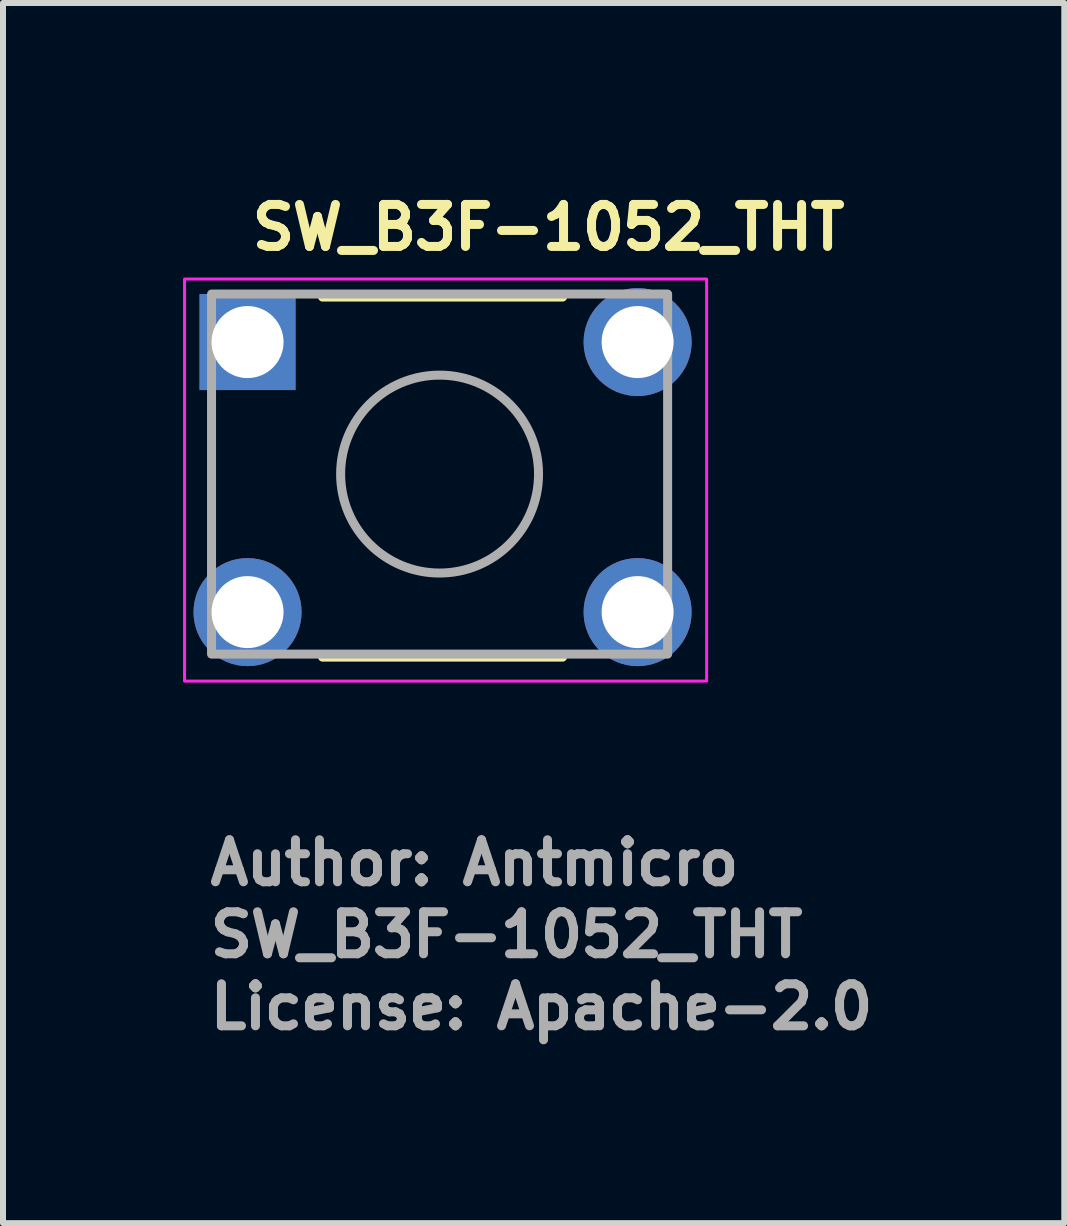
<source format=kicad_pcb>
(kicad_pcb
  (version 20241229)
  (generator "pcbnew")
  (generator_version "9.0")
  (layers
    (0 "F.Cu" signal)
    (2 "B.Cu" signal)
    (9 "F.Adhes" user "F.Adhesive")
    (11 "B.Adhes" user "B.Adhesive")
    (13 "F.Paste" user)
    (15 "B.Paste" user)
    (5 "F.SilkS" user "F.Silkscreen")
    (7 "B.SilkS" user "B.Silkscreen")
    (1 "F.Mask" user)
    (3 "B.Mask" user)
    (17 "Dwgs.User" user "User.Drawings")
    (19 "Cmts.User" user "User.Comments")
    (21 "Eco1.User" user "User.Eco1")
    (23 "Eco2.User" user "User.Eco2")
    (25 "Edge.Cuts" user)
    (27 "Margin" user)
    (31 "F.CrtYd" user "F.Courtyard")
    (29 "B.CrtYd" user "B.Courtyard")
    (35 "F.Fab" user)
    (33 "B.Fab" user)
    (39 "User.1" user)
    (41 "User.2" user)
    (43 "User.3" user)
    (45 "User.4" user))
  (footprint "SW_B3F-1052_THT"
    (layer "F.Cu")
    (at 1.075 2.65)
    (property "Reference" "SW_B3F-1052_THT" (at 0 -1.5 0) (layer "F.SilkS") (effects (font (size 0.7 0.7) (thickness 0.15)) (justify left bottom)))
    (attr through_hole)
    (fp_line (start 1.25 -0.75) (end 5.25 -0.75) (stroke (width 0.15) (type solid)) (layer "F.SilkS"))
    (fp_line (start 1.25 5.25) (end 5.25 5.25) (stroke (width 0.15) (type solid)) (layer "F.SilkS"))
    (fp_rect (start -1.05 -1.05) (end 7.65 5.65) (stroke (width 0.05) (type solid)) (fill no) (layer "F.CrtYd"))
    (fp_rect (start 7 -0.8) (end -0.6 5.2) (stroke (width 0.15) (type solid)) (fill no) (layer "F.Fab"))
    (fp_circle (center 3.2 2.2) (end 4.849 2.2) (stroke (width 0.15) (type solid)) (fill no) (layer "F.Fab"))
    (fp_rect (start -0.7 -0.795) (end 7.1 5.195) (stroke (width 0.1) (type solid)) (fill no) (layer "User.5"))
    (fp_line (start -0.7 -0.405) (end -0.7 0.305) (stroke (width 0.02) (type solid)) (layer "User.9"))
    (fp_line (start -0.7 -0.405) (end -0.679 -0.405) (stroke (width 0.02) (type solid)) (layer "User.9"))
    (fp_line (start -0.7 0.305) (end -0.679 0.305) (stroke (width 0.02) (type solid)) (layer "User.9"))
    (fp_line (start -0.7 4.095) (end -0.679 4.095) (stroke (width 0.02) (type solid)) (layer "User.9"))
    (fp_line (start -0.7 4.805) (end -0.7 4.095) (stroke (width 0.02) (type solid)) (layer "User.9"))
    (fp_line (start -0.7 4.805) (end -0.679 4.805) (stroke (width 0.02) (type solid)) (layer "User.9"))
    (fp_line (start -0.679 -0.405) (end -0.355 -0.405) (stroke (width 0.02) (type solid)) (layer "User.9"))
    (fp_line (start -0.679 0.305) (end -0.355 0.305) (stroke (width 0.02) (type solid)) (layer "User.9"))
    (fp_line (start -0.679 4.095) (end -0.355 4.095) (stroke (width 0.02) (type solid)) (layer "User.9"))
    (fp_line (start -0.679 4.805) (end -0.355 4.805) (stroke (width 0.02) (type solid)) (layer "User.9"))
    (fp_line (start -0.355 -0.405) (end -0.35 -0.405) (stroke (width 0.02) (type solid)) (layer "User.9"))
    (fp_line (start -0.355 0.305) (end -0.35 0.305) (stroke (width 0.02) (type solid)) (layer "User.9"))
    (fp_line (start -0.355 4.095) (end -0.35 4.095) (stroke (width 0.02) (type solid)) (layer "User.9"))
    (fp_line (start -0.355 4.805) (end -0.35 4.805) (stroke (width 0.02) (type solid)) (layer "User.9"))
    (fp_line (start -0.35 -0.405) (end -0.35 0.305) (stroke (width 0.02) (type solid)) (layer "User.9"))
    (fp_line (start -0.35 -0.405) (end -0.233 -0.405) (stroke (width 0.02) (type solid)) (layer "User.9"))
    (fp_line (start -0.35 0.305) (end -0.233 0.305) (stroke (width 0.02) (type solid)) (layer "User.9"))
    (fp_line (start -0.35 4.095) (end -0.233 4.095) (stroke (width 0.02) (type solid)) (layer "User.9"))
    (fp_line (start -0.35 4.805) (end -0.35 4.095) (stroke (width 0.02) (type solid)) (layer "User.9"))
    (fp_line (start -0.35 4.805) (end -0.233 4.805) (stroke (width 0.02) (type solid)) (layer "User.9"))
    (fp_line (start -0.233 -0.405) (end -0.233 -0.405) (stroke (width 0.02) (type solid)) (layer "User.9"))
    (fp_line (start -0.233 -0.405) (end 0.05 -0.405) (stroke (width 0.02) (type solid)) (layer "User.9"))
    (fp_line (start -0.233 0.305) (end -0.233 0.305) (stroke (width 0.02) (type solid)) (layer "User.9"))
    (fp_line (start -0.233 0.305) (end 0.05 0.305) (stroke (width 0.02) (type solid)) (layer "User.9"))
    (fp_line (start -0.233 4.095) (end -0.233 4.095) (stroke (width 0.02) (type solid)) (layer "User.9"))
    (fp_line (start -0.233 4.095) (end 0.05 4.095) (stroke (width 0.02) (type solid)) (layer "User.9"))
    (fp_line (start -0.233 4.805) (end -0.233 4.805) (stroke (width 0.02) (type solid)) (layer "User.9"))
    (fp_line (start -0.233 4.805) (end 0.05 4.805) (stroke (width 0.02) (type solid)) (layer "User.9"))
    (fp_line (start 0.05 -0.405) (end 0.205 -0.405) (stroke (width 0.02) (type solid)) (layer "User.9"))
    (fp_line (start 0.05 0.305) (end 0.205 0.305) (stroke (width 0.02) (type solid)) (layer "User.9"))
    (fp_line (start 0.05 4.095) (end 0.205 4.095) (stroke (width 0.02) (type solid)) (layer "User.9"))
    (fp_line (start 0.05 4.805) (end 0.205 4.805) (stroke (width 0.02) (type solid)) (layer "User.9"))
    (fp_line (start 0.205 -0.495) (end 0.205 4.895) (stroke (width 0.02) (type solid)) (layer "User.9"))
    (fp_line (start 0.205 -0.495) (end 0.205 4.895) (stroke (width 0.02) (type solid)) (layer "User.9"))
    (fp_line (start 0.205 4.895) (end 0.205 4.91) (stroke (width 0.02) (type solid)) (layer "User.9"))
    (fp_line (start 0.205 -0.51) (end 0.205 -0.495) (stroke (width 0.02) (type solid)) (layer "User.9"))
    (fp_line (start 0.205 4.91) (end 0.206 4.925) (stroke (width 0.02) (type solid)) (layer "User.9"))
    (fp_line (start 0.206 -0.525) (end 0.205 -0.51) (stroke (width 0.02) (type solid)) (layer "User.9"))
    (fp_line (start 0.206 4.925) (end 0.208 4.939) (stroke (width 0.02) (type solid)) (layer "User.9"))
    (fp_line (start 0.208 -0.539) (end 0.206 -0.525) (stroke (width 0.02) (type solid)) (layer "User.9"))
    (fp_line (start 0.208 4.939) (end 0.211 4.954) (stroke (width 0.02) (type solid)) (layer "User.9"))
    (fp_line (start 0.211 -0.554) (end 0.208 -0.539) (stroke (width 0.02) (type solid)) (layer "User.9"))
    (fp_line (start 0.211 4.954) (end 0.214 4.968) (stroke (width 0.02) (type solid)) (layer "User.9"))
    (fp_line (start 0.214 -0.568) (end 0.211 -0.554) (stroke (width 0.02) (type solid)) (layer "User.9"))
    (fp_line (start 0.214 4.968) (end 0.218 4.982) (stroke (width 0.02) (type solid)) (layer "User.9"))
    (fp_line (start 0.218 -0.582) (end 0.214 -0.568) (stroke (width 0.02) (type solid)) (layer "User.9"))
    (fp_line (start 0.218 4.982) (end 0.223 4.996) (stroke (width 0.02) (type solid)) (layer "User.9"))
    (fp_line (start 0.223 -0.596) (end 0.218 -0.582) (stroke (width 0.02) (type solid)) (layer "User.9"))
    (fp_line (start 0.223 4.996) (end 0.228 5.01) (stroke (width 0.02) (type solid)) (layer "User.9"))
    (fp_line (start 0.228 -0.61) (end 0.223 -0.596) (stroke (width 0.02) (type solid)) (layer "User.9"))
    (fp_line (start 0.228 5.01) (end 0.234 5.023) (stroke (width 0.02) (type solid)) (layer "User.9"))
    (fp_line (start 0.234 -0.623) (end 0.228 -0.61) (stroke (width 0.02) (type solid)) (layer "User.9"))
    (fp_line (start 0.234 5.023) (end 0.24 5.036) (stroke (width 0.02) (type solid)) (layer "User.9"))
    (fp_line (start 0.24 -0.636) (end 0.234 -0.623) (stroke (width 0.02) (type solid)) (layer "User.9"))
    (fp_line (start 0.24 5.036) (end 0.248 5.049) (stroke (width 0.02) (type solid)) (layer "User.9"))
    (fp_line (start 0.248 -0.649) (end 0.24 -0.636) (stroke (width 0.02) (type solid)) (layer "User.9"))
    (fp_line (start 0.248 5.049) (end 0.255 5.061) (stroke (width 0.02) (type solid)) (layer "User.9"))
    (fp_line (start 0.255 -0.661) (end 0.248 -0.649) (stroke (width 0.02) (type solid)) (layer "User.9"))
    (fp_line (start 0.255 5.061) (end 0.264 5.073) (stroke (width 0.02) (type solid)) (layer "User.9"))
    (fp_line (start 0.264 -0.673) (end 0.255 -0.661) (stroke (width 0.02) (type solid)) (layer "User.9"))
    (fp_line (start 0.264 5.073) (end 0.273 5.085) (stroke (width 0.02) (type solid)) (layer "User.9"))
    (fp_line (start 0.273 -0.685) (end 0.264 -0.673) (stroke (width 0.02) (type solid)) (layer "User.9"))
    (fp_line (start 0.273 5.085) (end 0.283 5.096) (stroke (width 0.02) (type solid)) (layer "User.9"))
    (fp_line (start 0.283 -0.696) (end 0.273 -0.685) (stroke (width 0.02) (type solid)) (layer "User.9"))
    (fp_line (start 0.283 5.096) (end 0.293 5.107) (stroke (width 0.02) (type solid)) (layer "User.9"))
    (fp_line (start 0.293 -0.707) (end 0.283 -0.696) (stroke (width 0.02) (type solid)) (layer "User.9"))
    (fp_line (start 0.293 -0.707) (end 0.293 -0.707) (stroke (width 0.02) (type solid)) (layer "User.9"))
    (fp_line (start 0.293 5.107) (end 0.293 5.107) (stroke (width 0.02) (type solid)) (layer "User.9"))
    (fp_line (start 0.293 5.107) (end 0.304 5.117) (stroke (width 0.02) (type solid)) (layer "User.9"))
    (fp_line (start 0.304 -0.717) (end 0.293 -0.707) (stroke (width 0.02) (type solid)) (layer "User.9"))
    (fp_line (start 0.304 5.117) (end 0.315 5.127) (stroke (width 0.02) (type solid)) (layer "User.9"))
    (fp_line (start 0.315 -0.727) (end 0.304 -0.717) (stroke (width 0.02) (type solid)) (layer "User.9"))
    (fp_line (start 0.315 5.127) (end 0.327 5.136) (stroke (width 0.02) (type solid)) (layer "User.9"))
    (fp_line (start 0.327 -0.736) (end 0.315 -0.727) (stroke (width 0.02) (type solid)) (layer "User.9"))
    (fp_line (start 0.327 5.136) (end 0.339 5.145) (stroke (width 0.02) (type solid)) (layer "User.9"))
    (fp_line (start 0.339 -0.745) (end 0.327 -0.736) (stroke (width 0.02) (type solid)) (layer "User.9"))
    (fp_line (start 0.339 5.145) (end 0.351 5.152) (stroke (width 0.02) (type solid)) (layer "User.9"))
    (fp_line (start 0.351 -0.752) (end 0.339 -0.745) (stroke (width 0.02) (type solid)) (layer "User.9"))
    (fp_line (start 0.351 5.152) (end 0.364 5.16) (stroke (width 0.02) (type solid)) (layer "User.9"))
    (fp_line (start 0.364 -0.76) (end 0.351 -0.752) (stroke (width 0.02) (type solid)) (layer "User.9"))
    (fp_line (start 0.364 5.16) (end 0.377 5.166) (stroke (width 0.02) (type solid)) (layer "User.9"))
    (fp_line (start 0.377 -0.766) (end 0.364 -0.76) (stroke (width 0.02) (type solid)) (layer "User.9"))
    (fp_line (start 0.377 5.166) (end 0.39 5.172) (stroke (width 0.02) (type solid)) (layer "User.9"))
    (fp_line (start 0.39 -0.772) (end 0.377 -0.766) (stroke (width 0.02) (type solid)) (layer "User.9"))
    (fp_line (start 0.39 5.172) (end 0.404 5.177) (stroke (width 0.02) (type solid)) (layer "User.9"))
    (fp_line (start 0.404 -0.777) (end 0.39 -0.772) (stroke (width 0.02) (type solid)) (layer "User.9"))
    (fp_line (start 0.404 5.177) (end 0.418 5.182) (stroke (width 0.02) (type solid)) (layer "User.9"))
    (fp_line (start 0.418 -0.782) (end 0.404 -0.777) (stroke (width 0.02) (type solid)) (layer "User.9"))
    (fp_line (start 0.418 5.182) (end 0.432 5.186) (stroke (width 0.02) (type solid)) (layer "User.9"))
    (fp_line (start 0.432 -0.786) (end 0.418 -0.782) (stroke (width 0.02) (type solid)) (layer "User.9"))
    (fp_line (start 0.432 5.186) (end 0.446 5.189) (stroke (width 0.02) (type solid)) (layer "User.9"))
    (fp_line (start 0.446 -0.789) (end 0.432 -0.786) (stroke (width 0.02) (type solid)) (layer "User.9"))
    (fp_line (start 0.446 5.189) (end 0.461 5.192) (stroke (width 0.02) (type solid)) (layer "User.9"))
    (fp_line (start 0.461 -0.792) (end 0.446 -0.789) (stroke (width 0.02) (type solid)) (layer "User.9"))
    (fp_line (start 0.461 5.192) (end 0.475 5.194) (stroke (width 0.02) (type solid)) (layer "User.9"))
    (fp_line (start 0.475 -0.794) (end 0.461 -0.792) (stroke (width 0.02) (type solid)) (layer "User.9"))
    (fp_line (start 0.475 5.194) (end 0.49 5.195) (stroke (width 0.02) (type solid)) (layer "User.9"))
    (fp_line (start 0.49 -0.795) (end 0.475 -0.794) (stroke (width 0.02) (type solid)) (layer "User.9"))
    (fp_line (start 0.49 5.195) (end 0.505 5.195) (stroke (width 0.02) (type solid)) (layer "User.9"))
    (fp_line (start 0.505 -0.795) (end 0.49 -0.795) (stroke (width 0.02) (type solid)) (layer "User.9"))
    (fp_line (start 0.505 5.195) (end 5.895 5.195) (stroke (width 0.02) (type solid)) (layer "User.9"))
    (fp_line (start 0.505 5.195) (end 5.895 5.195) (stroke (width 0.02) (type solid)) (layer "User.9"))
    (fp_line (start 0.75 0.2) (end 0.751 0.171) (stroke (width 0.02) (type solid)) (layer "User.9"))
    (fp_line (start 0.75 4.2) (end 0.751 4.17) (stroke (width 0.02) (type solid)) (layer "User.9"))
    (fp_line (start 0.75 4.215) (end 0.75 4.2) (stroke (width 0.02) (type solid)) (layer "User.9"))
    (fp_line (start 0.751 0.171) (end 0.754 0.142) (stroke (width 0.02) (type solid)) (layer "User.9"))
    (fp_line (start 0.751 0.229) (end 0.75 0.2) (stroke (width 0.02) (type solid)) (layer "User.9"))
    (fp_line (start 0.751 4.17) (end 0.754 4.14) (stroke (width 0.02) (type solid)) (layer "User.9"))
    (fp_line (start 0.751 4.23) (end 0.75 4.215) (stroke (width 0.02) (type solid)) (layer "User.9"))
    (fp_line (start 0.752 4.245) (end 0.751 4.23) (stroke (width 0.02) (type solid)) (layer "User.9"))
    (fp_line (start 0.754 0.142) (end 0.758 0.113) (stroke (width 0.02) (type solid)) (layer "User.9"))
    (fp_line (start 0.754 0.258) (end 0.751 0.229) (stroke (width 0.02) (type solid)) (layer "User.9"))
    (fp_line (start 0.754 4.14) (end 0.759 4.111) (stroke (width 0.02) (type solid)) (layer "User.9"))
    (fp_line (start 0.754 4.26) (end 0.752 4.245) (stroke (width 0.02) (type solid)) (layer "User.9"))
    (fp_line (start 0.756 4.274) (end 0.754 4.26) (stroke (width 0.02) (type solid)) (layer "User.9"))
    (fp_line (start 0.758 0.113) (end 0.765 0.084) (stroke (width 0.02) (type solid)) (layer "User.9"))
    (fp_line (start 0.758 0.287) (end 0.754 0.258) (stroke (width 0.02) (type solid)) (layer "User.9"))
    (fp_line (start 0.759 4.111) (end 0.766 4.083) (stroke (width 0.02) (type solid)) (layer "User.9"))
    (fp_line (start 0.759 4.289) (end 0.756 4.274) (stroke (width 0.02) (type solid)) (layer "User.9"))
    (fp_line (start 0.762 4.303) (end 0.759 4.289) (stroke (width 0.02) (type solid)) (layer "User.9"))
    (fp_line (start 0.765 0.084) (end 0.774 0.056) (stroke (width 0.02) (type solid)) (layer "User.9"))
    (fp_line (start 0.765 0.316) (end 0.758 0.287) (stroke (width 0.02) (type solid)) (layer "User.9"))
    (fp_line (start 0.766 4.083) (end 0.774 4.055) (stroke (width 0.02) (type solid)) (layer "User.9"))
    (fp_line (start 0.766 4.317) (end 0.762 4.303) (stroke (width 0.02) (type solid)) (layer "User.9"))
    (fp_line (start 0.77 4.332) (end 0.766 4.317) (stroke (width 0.02) (type solid)) (layer "User.9"))
    (fp_line (start 0.774 0.056) (end 0.784 0.029) (stroke (width 0.02) (type solid)) (layer "User.9"))
    (fp_line (start 0.774 0.344) (end 0.765 0.316) (stroke (width 0.02) (type solid)) (layer "User.9"))
    (fp_line (start 0.774 4.055) (end 0.784 4.027) (stroke (width 0.02) (type solid)) (layer "User.9"))
    (fp_line (start 0.774 4.345) (end 0.77 4.332) (stroke (width 0.02) (type solid)) (layer "User.9"))
    (fp_line (start 0.779 4.359) (end 0.774 4.345) (stroke (width 0.02) (type solid)) (layer "User.9"))
    (fp_line (start 0.784 0.029) (end 0.796 0.001) (stroke (width 0.02) (type solid)) (layer "User.9"))
    (fp_line (start 0.784 0.371) (end 0.774 0.344) (stroke (width 0.02) (type solid)) (layer "User.9"))
    (fp_line (start 0.784 4.027) (end 0.797 4.001) (stroke (width 0.02) (type solid)) (layer "User.9"))
    (fp_line (start 0.784 4.373) (end 0.779 4.359) (stroke (width 0.02) (type solid)) (layer "User.9"))
    (fp_line (start 0.79 4.386) (end 0.784 4.373) (stroke (width 0.02) (type solid)) (layer "User.9"))
    (fp_line (start 0.796 0.001) (end 0.81 -0.025) (stroke (width 0.02) (type solid)) (layer "User.9"))
    (fp_line (start 0.796 0.399) (end 0.784 0.371) (stroke (width 0.02) (type solid)) (layer "User.9"))
    (fp_line (start 0.797 4.001) (end 0.81 3.975) (stroke (width 0.02) (type solid)) (layer "User.9"))
    (fp_line (start 0.797 4.399) (end 0.79 4.386) (stroke (width 0.02) (type solid)) (layer "User.9"))
    (fp_line (start 0.803 4.412) (end 0.797 4.399) (stroke (width 0.02) (type solid)) (layer "User.9"))
    (fp_line (start 0.81 -0.025) (end 0.81 -0.025) (stroke (width 0.02) (type solid)) (layer "User.9"))
    (fp_line (start 0.81 -0.025) (end 0.818 -0.038) (stroke (width 0.02) (type solid)) (layer "User.9"))
    (fp_line (start 0.81 0.425) (end 0.796 0.399) (stroke (width 0.02) (type solid)) (layer "User.9"))
    (fp_line (start 0.81 0.425) (end 0.81 0.425) (stroke (width 0.02) (type solid)) (layer "User.9"))
    (fp_line (start 0.81 3.975) (end 0.826 3.95) (stroke (width 0.02) (type solid)) (layer "User.9"))
    (fp_line (start 0.81 4.425) (end 0.803 4.412) (stroke (width 0.02) (type solid)) (layer "User.9"))
    (fp_line (start 0.818 4.437) (end 0.81 4.425) (stroke (width 0.02) (type solid)) (layer "User.9"))
    (fp_line (start 0.818 -0.038) (end 0.826 -0.05) (stroke (width 0.02) (type solid)) (layer "User.9"))
    (fp_line (start 0.826 3.95) (end 0.843 3.927) (stroke (width 0.02) (type solid)) (layer "User.9"))
    (fp_line (start 0.826 4.45) (end 0.818 4.437) (stroke (width 0.02) (type solid)) (layer "User.9"))
    (fp_line (start 0.826 -0.05) (end 0.835 -0.063) (stroke (width 0.02) (type solid)) (layer "User.9"))
    (fp_line (start 0.826 0.45) (end 0.81 0.425) (stroke (width 0.02) (type solid)) (layer "User.9"))
    (fp_line (start 0.834 4.462) (end 0.826 4.45) (stroke (width 0.02) (type solid)) (layer "User.9"))
    (fp_line (start 0.835 -0.063) (end 0.844 -0.075) (stroke (width 0.02) (type solid)) (layer "User.9"))
    (fp_line (start 0.843 3.927) (end 0.861 3.904) (stroke (width 0.02) (type solid)) (layer "User.9"))
    (fp_line (start 0.843 4.473) (end 0.834 4.462) (stroke (width 0.02) (type solid)) (layer "User.9"))
    (fp_line (start 0.844 -0.075) (end 0.853 -0.086) (stroke (width 0.02) (type solid)) (layer "User.9"))
    (fp_line (start 0.844 0.475) (end 0.826 0.45) (stroke (width 0.02) (type solid)) (layer "User.9"))
    (fp_line (start 0.852 4.485) (end 0.843 4.473) (stroke (width 0.02) (type solid)) (layer "User.9"))
    (fp_line (start 0.853 -0.086) (end 0.862 -0.097) (stroke (width 0.02) (type solid)) (layer "User.9"))
    (fp_line (start 0.861 3.904) (end 0.881 3.882) (stroke (width 0.02) (type solid)) (layer "User.9"))
    (fp_line (start 0.861 4.496) (end 0.852 4.485) (stroke (width 0.02) (type solid)) (layer "User.9"))
    (fp_line (start 0.862 -0.097) (end 0.872 -0.108) (stroke (width 0.02) (type solid)) (layer "User.9"))
    (fp_line (start 0.862 0.497) (end 0.844 0.475) (stroke (width 0.02) (type solid)) (layer "User.9"))
    (fp_line (start 0.871 4.507) (end 0.861 4.496) (stroke (width 0.02) (type solid)) (layer "User.9"))
    (fp_line (start 0.872 -0.108) (end 0.882 -0.119) (stroke (width 0.02) (type solid)) (layer "User.9"))
    (fp_line (start 0.881 3.882) (end 0.903 3.862) (stroke (width 0.02) (type solid)) (layer "User.9"))
    (fp_line (start 0.881 4.518) (end 0.871 4.507) (stroke (width 0.02) (type solid)) (layer "User.9"))
    (fp_line (start 0.882 -0.119) (end 0.893 -0.129) (stroke (width 0.02) (type solid)) (layer "User.9"))
    (fp_line (start 0.882 0.519) (end 0.862 0.497) (stroke (width 0.02) (type solid)) (layer "User.9"))
    (fp_line (start 0.892 4.528) (end 0.881 4.518) (stroke (width 0.02) (type solid)) (layer "User.9"))
    (fp_line (start 0.893 -0.129) (end 0.904 -0.139) (stroke (width 0.02) (type solid)) (layer "User.9"))
    (fp_line (start 0.903 3.862) (end 0.925 3.844) (stroke (width 0.02) (type solid)) (layer "User.9"))
    (fp_line (start 0.903 4.538) (end 0.892 4.528) (stroke (width 0.02) (type solid)) (layer "User.9"))
    (fp_line (start 0.904 -0.139) (end 0.915 -0.148) (stroke (width 0.02) (type solid)) (layer "User.9"))
    (fp_line (start 0.904 0.539) (end 0.882 0.519) (stroke (width 0.02) (type solid)) (layer "User.9"))
    (fp_line (start 0.914 4.547) (end 0.903 4.538) (stroke (width 0.02) (type solid)) (layer "User.9"))
    (fp_line (start 0.915 -0.148) (end 0.927 -0.157) (stroke (width 0.02) (type solid)) (layer "User.9"))
    (fp_line (start 0.925 3.844) (end 0.95 3.826) (stroke (width 0.02) (type solid)) (layer "User.9"))
    (fp_line (start 0.925 4.556) (end 0.914 4.547) (stroke (width 0.02) (type solid)) (layer "User.9"))
    (fp_line (start 0.927 -0.157) (end 0.938 -0.166) (stroke (width 0.02) (type solid)) (layer "User.9"))
    (fp_line (start 0.927 0.557) (end 0.904 0.539) (stroke (width 0.02) (type solid)) (layer "User.9"))
    (fp_line (start 0.937 4.565) (end 0.925 4.556) (stroke (width 0.02) (type solid)) (layer "User.9"))
    (fp_line (start 0.938 -0.166) (end 0.95 -0.174) (stroke (width 0.02) (type solid)) (layer "User.9"))
    (fp_line (start 0.95 3.826) (end 0.975 3.81) (stroke (width 0.02) (type solid)) (layer "User.9"))
    (fp_line (start 0.95 4.574) (end 0.937 4.565) (stroke (width 0.02) (type solid)) (layer "User.9"))
    (fp_line (start 0.95 -0.174) (end 0.963 -0.182) (stroke (width 0.02) (type solid)) (layer "User.9"))
    (fp_line (start 0.95 0.574) (end 0.927 0.557) (stroke (width 0.02) (type solid)) (layer "User.9"))
    (fp_line (start 0.962 4.582) (end 0.95 4.574) (stroke (width 0.02) (type solid)) (layer "User.9"))
    (fp_line (start 0.963 -0.182) (end 0.975 -0.19) (stroke (width 0.02) (type solid)) (layer "User.9"))
    (fp_line (start 0.975 -0.19) (end 0.988 -0.197) (stroke (width 0.02) (type solid)) (layer "User.9"))
    (fp_line (start 0.975 0.59) (end 0.95 0.574) (stroke (width 0.02) (type solid)) (layer "User.9"))
    (fp_line (start 0.975 3.81) (end 0.975 3.81) (stroke (width 0.02) (type solid)) (layer "User.9"))
    (fp_line (start 0.975 3.81) (end 1.001 3.796) (stroke (width 0.02) (type solid)) (layer "User.9"))
    (fp_line (start 0.975 4.59) (end 0.962 4.582) (stroke (width 0.02) (type solid)) (layer "User.9"))
    (fp_line (start 0.975 4.59) (end 0.975 4.59) (stroke (width 0.02) (type solid)) (layer "User.9"))
    (fp_line (start 0.988 -0.197) (end 1.001 -0.203) (stroke (width 0.02) (type solid)) (layer "User.9"))
    (fp_line (start 1.001 -0.203) (end 1.014 -0.21) (stroke (width 0.02) (type solid)) (layer "User.9"))
    (fp_line (start 1.001 0.603) (end 0.975 0.59) (stroke (width 0.02) (type solid)) (layer "User.9"))
    (fp_line (start 1.001 3.796) (end 1.029 3.784) (stroke (width 0.02) (type solid)) (layer "User.9"))
    (fp_line (start 1.001 4.604) (end 0.975 4.59) (stroke (width 0.02) (type solid)) (layer "User.9"))
    (fp_line (start 1.014 -0.21) (end 1.027 -0.216) (stroke (width 0.02) (type solid)) (layer "User.9"))
    (fp_line (start 1.027 -0.216) (end 1.041 -0.221) (stroke (width 0.02) (type solid)) (layer "User.9"))
    (fp_line (start 1.027 0.616) (end 1.001 0.603) (stroke (width 0.02) (type solid)) (layer "User.9"))
    (fp_line (start 1.029 3.784) (end 1.056 3.774) (stroke (width 0.02) (type solid)) (layer "User.9"))
    (fp_line (start 1.029 4.616) (end 1.001 4.604) (stroke (width 0.02) (type solid)) (layer "User.9"))
    (fp_line (start 1.041 -0.221) (end 1.055 -0.226) (stroke (width 0.02) (type solid)) (layer "User.9"))
    (fp_line (start 1.055 -0.226) (end 1.068 -0.23) (stroke (width 0.02) (type solid)) (layer "User.9"))
    (fp_line (start 1.055 0.626) (end 1.027 0.616) (stroke (width 0.02) (type solid)) (layer "User.9"))
    (fp_line (start 1.056 3.774) (end 1.084 3.765) (stroke (width 0.02) (type solid)) (layer "User.9"))
    (fp_line (start 1.056 4.626) (end 1.029 4.616) (stroke (width 0.02) (type solid)) (layer "User.9"))
    (fp_line (start 1.068 -0.23) (end 1.083 -0.234) (stroke (width 0.02) (type solid)) (layer "User.9"))
    (fp_line (start 1.083 -0.234) (end 1.097 -0.238) (stroke (width 0.02) (type solid)) (layer "User.9"))
    (fp_line (start 1.083 0.634) (end 1.055 0.626) (stroke (width 0.02) (type solid)) (layer "User.9"))
    (fp_line (start 1.084 3.765) (end 1.113 3.758) (stroke (width 0.02) (type solid)) (layer "User.9"))
    (fp_line (start 1.084 4.635) (end 1.056 4.626) (stroke (width 0.02) (type solid)) (layer "User.9"))
    (fp_line (start 1.097 -0.238) (end 1.111 -0.241) (stroke (width 0.02) (type solid)) (layer "User.9"))
    (fp_line (start 1.111 -0.241) (end 1.126 -0.244) (stroke (width 0.02) (type solid)) (layer "User.9"))
    (fp_line (start 1.111 0.641) (end 1.083 0.634) (stroke (width 0.02) (type solid)) (layer "User.9"))
    (fp_line (start 1.113 3.758) (end 1.142 3.754) (stroke (width 0.02) (type solid)) (layer "User.9"))
    (fp_line (start 1.113 4.642) (end 1.084 4.635) (stroke (width 0.02) (type solid)) (layer "User.9"))
    (fp_line (start 1.126 -0.244) (end 1.14 -0.246) (stroke (width 0.02) (type solid)) (layer "User.9"))
    (fp_line (start 1.14 -0.246) (end 1.155 -0.248) (stroke (width 0.02) (type solid)) (layer "User.9"))
    (fp_line (start 1.14 0.646) (end 1.111 0.641) (stroke (width 0.02) (type solid)) (layer "User.9"))
    (fp_line (start 1.142 3.754) (end 1.171 3.751) (stroke (width 0.02) (type solid)) (layer "User.9"))
    (fp_line (start 1.142 4.646) (end 1.113 4.642) (stroke (width 0.02) (type solid)) (layer "User.9"))
    (fp_line (start 1.155 -0.248) (end 1.17 -0.249) (stroke (width 0.02) (type solid)) (layer "User.9"))
    (fp_line (start 1.17 -0.249) (end 1.185 -0.25) (stroke (width 0.02) (type solid)) (layer "User.9"))
    (fp_line (start 1.17 0.649) (end 1.14 0.646) (stroke (width 0.02) (type solid)) (layer "User.9"))
    (fp_line (start 1.171 3.751) (end 1.2 3.75) (stroke (width 0.02) (type solid)) (layer "User.9"))
    (fp_line (start 1.171 4.649) (end 1.142 4.646) (stroke (width 0.02) (type solid)) (layer "User.9"))
    (fp_line (start 1.185 -0.25) (end 1.2 -0.25) (stroke (width 0.02) (type solid)) (layer "User.9"))
    (fp_line (start 1.2 -0.25) (end 1.23 -0.249) (stroke (width 0.02) (type solid)) (layer "User.9"))
    (fp_line (start 1.2 0.65) (end 1.17 0.649) (stroke (width 0.02) (type solid)) (layer "User.9"))
    (fp_line (start 1.2 3.75) (end 1.229 3.751) (stroke (width 0.02) (type solid)) (layer "User.9"))
    (fp_line (start 1.2 4.65) (end 1.171 4.649) (stroke (width 0.02) (type solid)) (layer "User.9"))
    (fp_line (start 1.215 0.65) (end 1.2 0.65) (stroke (width 0.02) (type solid)) (layer "User.9"))
    (fp_line (start 1.229 3.751) (end 1.258 3.754) (stroke (width 0.02) (type solid)) (layer "User.9"))
    (fp_line (start 1.229 4.649) (end 1.2 4.65) (stroke (width 0.02) (type solid)) (layer "User.9"))
    (fp_line (start 1.23 -0.249) (end 1.26 -0.246) (stroke (width 0.02) (type solid)) (layer "User.9"))
    (fp_line (start 1.23 0.649) (end 1.215 0.65) (stroke (width 0.02) (type solid)) (layer "User.9"))
    (fp_line (start 1.245 0.648) (end 1.23 0.649) (stroke (width 0.02) (type solid)) (layer "User.9"))
    (fp_line (start 1.258 3.754) (end 1.287 3.758) (stroke (width 0.02) (type solid)) (layer "User.9"))
    (fp_line (start 1.258 4.646) (end 1.229 4.649) (stroke (width 0.02) (type solid)) (layer "User.9"))
    (fp_line (start 1.26 -0.246) (end 1.289 -0.241) (stroke (width 0.02) (type solid)) (layer "User.9"))
    (fp_line (start 1.26 0.646) (end 1.245 0.648) (stroke (width 0.02) (type solid)) (layer "User.9"))
    (fp_line (start 1.274 0.644) (end 1.26 0.646) (stroke (width 0.02) (type solid)) (layer "User.9"))
    (fp_line (start 1.287 3.758) (end 1.316 3.765) (stroke (width 0.02) (type solid)) (layer "User.9"))
    (fp_line (start 1.287 4.642) (end 1.258 4.646) (stroke (width 0.02) (type solid)) (layer "User.9"))
    (fp_line (start 1.289 -0.241) (end 1.317 -0.234) (stroke (width 0.02) (type solid)) (layer "User.9"))
    (fp_line (start 1.289 0.641) (end 1.274 0.644) (stroke (width 0.02) (type solid)) (layer "User.9"))
    (fp_line (start 1.303 0.638) (end 1.289 0.641) (stroke (width 0.02) (type solid)) (layer "User.9"))
    (fp_line (start 1.316 3.765) (end 1.344 3.774) (stroke (width 0.02) (type solid)) (layer "User.9"))
    (fp_line (start 1.316 4.635) (end 1.287 4.642) (stroke (width 0.02) (type solid)) (layer "User.9"))
    (fp_line (start 1.317 -0.234) (end 1.345 -0.226) (stroke (width 0.02) (type solid)) (layer "User.9"))
    (fp_line (start 1.317 0.634) (end 1.303 0.638) (stroke (width 0.02) (type solid)) (layer "User.9"))
    (fp_line (start 1.332 0.63) (end 1.317 0.634) (stroke (width 0.02) (type solid)) (layer "User.9"))
    (fp_line (start 1.344 3.774) (end 1.371 3.784) (stroke (width 0.02) (type solid)) (layer "User.9"))
    (fp_line (start 1.344 4.626) (end 1.316 4.635) (stroke (width 0.02) (type solid)) (layer "User.9"))
    (fp_line (start 1.345 -0.226) (end 1.373 -0.216) (stroke (width 0.02) (type solid)) (layer "User.9"))
    (fp_line (start 1.345 0.626) (end 1.332 0.63) (stroke (width 0.02) (type solid)) (layer "User.9"))
    (fp_line (start 1.359 0.621) (end 1.345 0.626) (stroke (width 0.02) (type solid)) (layer "User.9"))
    (fp_line (start 1.371 3.784) (end 1.399 3.796) (stroke (width 0.02) (type solid)) (layer "User.9"))
    (fp_line (start 1.371 4.616) (end 1.344 4.626) (stroke (width 0.02) (type solid)) (layer "User.9"))
    (fp_line (start 1.373 -0.216) (end 1.399 -0.203) (stroke (width 0.02) (type solid)) (layer "User.9"))
    (fp_line (start 1.373 0.616) (end 1.359 0.621) (stroke (width 0.02) (type solid)) (layer "User.9"))
    (fp_line (start 1.386 0.61) (end 1.373 0.616) (stroke (width 0.02) (type solid)) (layer "User.9"))
    (fp_line (start 1.399 3.796) (end 1.425 3.81) (stroke (width 0.02) (type solid)) (layer "User.9"))
    (fp_line (start 1.399 4.604) (end 1.371 4.616) (stroke (width 0.02) (type solid)) (layer "User.9"))
    (fp_line (start 1.399 -0.203) (end 1.425 -0.19) (stroke (width 0.02) (type solid)) (layer "User.9"))
    (fp_line (start 1.399 0.603) (end 1.386 0.61) (stroke (width 0.02) (type solid)) (layer "User.9"))
    (fp_line (start 1.412 0.597) (end 1.399 0.603) (stroke (width 0.02) (type solid)) (layer "User.9"))
    (fp_line (start 1.425 -0.19) (end 1.45 -0.174) (stroke (width 0.02) (type solid)) (layer "User.9"))
    (fp_line (start 1.425 0.59) (end 1.412 0.597) (stroke (width 0.02) (type solid)) (layer "User.9"))
    (fp_line (start 1.425 3.81) (end 1.425 3.81) (stroke (width 0.02) (type solid)) (layer "User.9"))
    (fp_line (start 1.425 3.81) (end 1.438 3.818) (stroke (width 0.02) (type solid)) (layer "User.9"))
    (fp_line (start 1.425 4.59) (end 1.399 4.604) (stroke (width 0.02) (type solid)) (layer "User.9"))
    (fp_line (start 1.425 4.59) (end 1.425 4.59) (stroke (width 0.02) (type solid)) (layer "User.9"))
    (fp_line (start 1.437 0.582) (end 1.425 0.59) (stroke (width 0.02) (type solid)) (layer "User.9"))
    (fp_line (start 1.438 3.818) (end 1.45 3.826) (stroke (width 0.02) (type solid)) (layer "User.9"))
    (fp_line (start 1.445 2.2) (end 1.447 2.11) (stroke (width 0.02) (type solid)) (layer "User.9"))
    (fp_line (start 1.447 2.11) (end 1.454 2.021) (stroke (width 0.02) (type solid)) (layer "User.9"))
    (fp_line (start 1.447 2.29) (end 1.445 2.2) (stroke (width 0.02) (type solid)) (layer "User.9"))
    (fp_line (start 1.45 -0.174) (end 1.473 -0.157) (stroke (width 0.02) (type solid)) (layer "User.9"))
    (fp_line (start 1.45 0.574) (end 1.437 0.582) (stroke (width 0.02) (type solid)) (layer "User.9"))
    (fp_line (start 1.45 3.826) (end 1.463 3.835) (stroke (width 0.02) (type solid)) (layer "User.9"))
    (fp_line (start 1.45 4.574) (end 1.425 4.59) (stroke (width 0.02) (type solid)) (layer "User.9"))
    (fp_line (start 1.454 2.021) (end 1.465 1.933) (stroke (width 0.02) (type solid)) (layer "User.9"))
    (fp_line (start 1.454 2.379) (end 1.447 2.29) (stroke (width 0.02) (type solid)) (layer "User.9"))
    (fp_line (start 1.462 0.566) (end 1.45 0.574) (stroke (width 0.02) (type solid)) (layer "User.9"))
    (fp_line (start 1.463 3.835) (end 1.475 3.844) (stroke (width 0.02) (type solid)) (layer "User.9"))
    (fp_line (start 1.465 1.933) (end 1.481 1.846) (stroke (width 0.02) (type solid)) (layer "User.9"))
    (fp_line (start 1.465 2.467) (end 1.454 2.379) (stroke (width 0.02) (type solid)) (layer "User.9"))
    (fp_line (start 1.473 -0.157) (end 1.496 -0.139) (stroke (width 0.02) (type solid)) (layer "User.9"))
    (fp_line (start 1.473 0.557) (end 1.462 0.566) (stroke (width 0.02) (type solid)) (layer "User.9"))
    (fp_line (start 1.475 3.844) (end 1.486 3.853) (stroke (width 0.02) (type solid)) (layer "User.9"))
    (fp_line (start 1.475 4.556) (end 1.45 4.574) (stroke (width 0.02) (type solid)) (layer "User.9"))
    (fp_line (start 1.481 1.846) (end 1.5 1.762) (stroke (width 0.02) (type solid)) (layer "User.9"))
    (fp_line (start 1.481 2.554) (end 1.465 2.467) (stroke (width 0.02) (type solid)) (layer "User.9"))
    (fp_line (start 1.485 0.548) (end 1.473 0.557) (stroke (width 0.02) (type solid)) (layer "User.9"))
    (fp_line (start 1.486 3.853) (end 1.497 3.862) (stroke (width 0.02) (type solid)) (layer "User.9"))
    (fp_line (start 1.496 -0.139) (end 1.518 -0.119) (stroke (width 0.02) (type solid)) (layer "User.9"))
    (fp_line (start 1.496 0.539) (end 1.485 0.548) (stroke (width 0.02) (type solid)) (layer "User.9"))
    (fp_line (start 1.497 3.862) (end 1.508 3.872) (stroke (width 0.02) (type solid)) (layer "User.9"))
    (fp_line (start 1.497 4.538) (end 1.475 4.556) (stroke (width 0.02) (type solid)) (layer "User.9"))
    (fp_line (start 1.5 1.762) (end 1.524 1.678) (stroke (width 0.02) (type solid)) (layer "User.9"))
    (fp_line (start 1.5 2.638) (end 1.481 2.554) (stroke (width 0.02) (type solid)) (layer "User.9"))
    (fp_line (start 1.507 0.529) (end 1.496 0.539) (stroke (width 0.02) (type solid)) (layer "User.9"))
    (fp_line (start 1.508 3.872) (end 1.519 3.882) (stroke (width 0.02) (type solid)) (layer "User.9"))
    (fp_line (start 1.518 -0.119) (end 1.538 -0.097) (stroke (width 0.02) (type solid)) (layer "User.9"))
    (fp_line (start 1.518 0.519) (end 1.507 0.529) (stroke (width 0.02) (type solid)) (layer "User.9"))
    (fp_line (start 1.519 3.882) (end 1.529 3.893) (stroke (width 0.02) (type solid)) (layer "User.9"))
    (fp_line (start 1.519 4.518) (end 1.497 4.538) (stroke (width 0.02) (type solid)) (layer "User.9"))
    (fp_line (start 1.524 1.678) (end 1.552 1.597) (stroke (width 0.02) (type solid)) (layer "User.9"))
    (fp_line (start 1.524 2.722) (end 1.5 2.638) (stroke (width 0.02) (type solid)) (layer "User.9"))
    (fp_line (start 1.528 0.508) (end 1.518 0.519) (stroke (width 0.02) (type solid)) (layer "User.9"))
    (fp_line (start 1.529 3.893) (end 1.539 3.904) (stroke (width 0.02) (type solid)) (layer "User.9"))
    (fp_line (start 1.538 -0.097) (end 1.556 -0.075) (stroke (width 0.02) (type solid)) (layer "User.9"))
    (fp_line (start 1.538 0.497) (end 1.528 0.508) (stroke (width 0.02) (type solid)) (layer "User.9"))
    (fp_line (start 1.539 3.904) (end 1.548 3.915) (stroke (width 0.02) (type solid)) (layer "User.9"))
    (fp_line (start 1.539 4.496) (end 1.519 4.518) (stroke (width 0.02) (type solid)) (layer "User.9"))
    (fp_line (start 1.547 0.486) (end 1.538 0.497) (stroke (width 0.02) (type solid)) (layer "User.9"))
    (fp_line (start 1.548 3.915) (end 1.557 3.927) (stroke (width 0.02) (type solid)) (layer "User.9"))
    (fp_line (start 1.552 1.597) (end 1.583 1.517) (stroke (width 0.02) (type solid)) (layer "User.9"))
    (fp_line (start 1.552 2.803) (end 1.524 2.722) (stroke (width 0.02) (type solid)) (layer "User.9"))
    (fp_line (start 1.556 -0.075) (end 1.574 -0.05) (stroke (width 0.02) (type solid)) (layer "User.9"))
    (fp_line (start 1.556 0.475) (end 1.547 0.486) (stroke (width 0.02) (type solid)) (layer "User.9"))
    (fp_line (start 1.557 3.927) (end 1.566 3.938) (stroke (width 0.02) (type solid)) (layer "User.9"))
    (fp_line (start 1.557 4.473) (end 1.539 4.496) (stroke (width 0.02) (type solid)) (layer "User.9"))
    (fp_line (start 1.565 0.463) (end 1.556 0.475) (stroke (width 0.02) (type solid)) (layer "User.9"))
    (fp_line (start 1.566 3.938) (end 1.574 3.95) (stroke (width 0.02) (type solid)) (layer "User.9"))
    (fp_line (start 1.574 -0.05) (end 1.59 -0.025) (stroke (width 0.02) (type solid)) (layer "User.9"))
    (fp_line (start 1.574 0.45) (end 1.565 0.463) (stroke (width 0.02) (type solid)) (layer "User.9"))
    (fp_line (start 1.574 3.95) (end 1.582 3.963) (stroke (width 0.02) (type solid)) (layer "User.9"))
    (fp_line (start 1.574 4.45) (end 1.557 4.473) (stroke (width 0.02) (type solid)) (layer "User.9"))
    (fp_line (start 1.582 0.438) (end 1.574 0.45) (stroke (width 0.02) (type solid)) (layer "User.9"))
    (fp_line (start 1.582 3.963) (end 1.59 3.975) (stroke (width 0.02) (type solid)) (layer "User.9"))
    (fp_line (start 1.583 1.517) (end 1.618 1.439) (stroke (width 0.02) (type solid)) (layer "User.9"))
    (fp_line (start 1.583 2.883) (end 1.552 2.803) (stroke (width 0.02) (type solid)) (layer "User.9"))
    (fp_line (start 1.59 -0.025) (end 1.59 -0.025) (stroke (width 0.02) (type solid)) (layer "User.9"))
    (fp_line (start 1.59 -0.025) (end 1.604 0.001) (stroke (width 0.02) (type solid)) (layer "User.9"))
    (fp_line (start 1.59 0.425) (end 1.582 0.438) (stroke (width 0.02) (type solid)) (layer "User.9"))
    (fp_line (start 1.59 0.425) (end 1.59 0.425) (stroke (width 0.02) (type solid)) (layer "User.9"))
    (fp_line (start 1.59 3.975) (end 1.597 3.988) (stroke (width 0.02) (type solid)) (layer "User.9"))
    (fp_line (start 1.59 4.425) (end 1.574 4.45) (stroke (width 0.02) (type solid)) (layer "User.9"))
    (fp_line (start 1.597 3.988) (end 1.603 4.001) (stroke (width 0.02) (type solid)) (layer "User.9"))
    (fp_line (start 1.603 4.001) (end 1.61 4.014) (stroke (width 0.02) (type solid)) (layer "User.9"))
    (fp_line (start 1.603 4.399) (end 1.59 4.425) (stroke (width 0.02) (type solid)) (layer "User.9"))
    (fp_line (start 1.604 0.001) (end 1.616 0.029) (stroke (width 0.02) (type solid)) (layer "User.9"))
    (fp_line (start 1.604 0.399) (end 1.59 0.425) (stroke (width 0.02) (type solid)) (layer "User.9"))
    (fp_line (start 1.61 4.014) (end 1.616 4.027) (stroke (width 0.02) (type solid)) (layer "User.9"))
    (fp_line (start 1.616 4.027) (end 1.621 4.041) (stroke (width 0.02) (type solid)) (layer "User.9"))
    (fp_line (start 1.616 4.373) (end 1.603 4.399) (stroke (width 0.02) (type solid)) (layer "User.9"))
    (fp_line (start 1.616 0.029) (end 1.626 0.056) (stroke (width 0.02) (type solid)) (layer "User.9"))
    (fp_line (start 1.616 0.371) (end 1.604 0.399) (stroke (width 0.02) (type solid)) (layer "User.9"))
    (fp_line (start 1.618 1.439) (end 1.657 1.364) (stroke (width 0.02) (type solid)) (layer "User.9"))
    (fp_line (start 1.618 2.961) (end 1.583 2.883) (stroke (width 0.02) (type solid)) (layer "User.9"))
    (fp_line (start 1.621 4.041) (end 1.626 4.055) (stroke (width 0.02) (type solid)) (layer "User.9"))
    (fp_line (start 1.626 4.055) (end 1.63 4.068) (stroke (width 0.02) (type solid)) (layer "User.9"))
    (fp_line (start 1.626 4.345) (end 1.616 4.373) (stroke (width 0.02) (type solid)) (layer "User.9"))
    (fp_line (start 1.626 0.056) (end 1.635 0.084) (stroke (width 0.02) (type solid)) (layer "User.9"))
    (fp_line (start 1.626 0.344) (end 1.616 0.371) (stroke (width 0.02) (type solid)) (layer "User.9"))
    (fp_line (start 1.63 4.068) (end 1.634 4.083) (stroke (width 0.02) (type solid)) (layer "User.9"))
    (fp_line (start 1.634 4.083) (end 1.638 4.097) (stroke (width 0.02) (type solid)) (layer "User.9"))
    (fp_line (start 1.634 4.317) (end 1.626 4.345) (stroke (width 0.02) (type solid)) (layer "User.9"))
    (fp_line (start 1.635 0.084) (end 1.642 0.113) (stroke (width 0.02) (type solid)) (layer "User.9"))
    (fp_line (start 1.635 0.316) (end 1.626 0.344) (stroke (width 0.02) (type solid)) (layer "User.9"))
    (fp_line (start 1.638 4.097) (end 1.641 4.111) (stroke (width 0.02) (type solid)) (layer "User.9"))
    (fp_line (start 1.641 4.111) (end 1.644 4.126) (stroke (width 0.02) (type solid)) (layer "User.9"))
    (fp_line (start 1.641 4.289) (end 1.634 4.317) (stroke (width 0.02) (type solid)) (layer "User.9"))
    (fp_line (start 1.642 0.113) (end 1.646 0.142) (stroke (width 0.02) (type solid)) (layer "User.9"))
    (fp_line (start 1.642 0.287) (end 1.635 0.316) (stroke (width 0.02) (type solid)) (layer "User.9"))
    (fp_line (start 1.644 4.126) (end 1.646 4.14) (stroke (width 0.02) (type solid)) (layer "User.9"))
    (fp_line (start 1.646 4.14) (end 1.648 4.155) (stroke (width 0.02) (type solid)) (layer "User.9"))
    (fp_line (start 1.646 4.26) (end 1.641 4.289) (stroke (width 0.02) (type solid)) (layer "User.9"))
    (fp_line (start 1.646 0.142) (end 1.649 0.171) (stroke (width 0.02) (type solid)) (layer "User.9"))
    (fp_line (start 1.646 0.258) (end 1.642 0.287) (stroke (width 0.02) (type solid)) (layer "User.9"))
    (fp_line (start 1.648 4.155) (end 1.649 4.17) (stroke (width 0.02) (type solid)) (layer "User.9"))
    (fp_line (start 1.649 4.17) (end 1.65 4.185) (stroke (width 0.02) (type solid)) (layer "User.9"))
    (fp_line (start 1.649 4.23) (end 1.646 4.26) (stroke (width 0.02) (type solid)) (layer "User.9"))
    (fp_line (start 1.649 0.171) (end 1.65 0.2) (stroke (width 0.02) (type solid)) (layer "User.9"))
    (fp_line (start 1.649 0.229) (end 1.646 0.258) (stroke (width 0.02) (type solid)) (layer "User.9"))
    (fp_line (start 1.65 4.185) (end 1.65 4.2) (stroke (width 0.02) (type solid)) (layer "User.9"))
    (fp_line (start 1.65 0.2) (end 1.649 0.229) (stroke (width 0.02) (type solid)) (layer "User.9"))
    (fp_line (start 1.65 4.2) (end 1.649 4.23) (stroke (width 0.02) (type solid)) (layer "User.9"))
    (fp_line (start 1.657 1.364) (end 1.699 1.29) (stroke (width 0.02) (type solid)) (layer "User.9"))
    (fp_line (start 1.657 3.036) (end 1.618 2.961) (stroke (width 0.02) (type solid)) (layer "User.9"))
    (fp_line (start 1.699 1.29) (end 1.745 1.219) (stroke (width 0.02) (type solid)) (layer "User.9"))
    (fp_line (start 1.699 3.11) (end 1.657 3.036) (stroke (width 0.02) (type solid)) (layer "User.9"))
    (fp_line (start 1.745 1.219) (end 1.794 1.15) (stroke (width 0.02) (type solid)) (layer "User.9"))
    (fp_line (start 1.745 3.181) (end 1.699 3.11) (stroke (width 0.02) (type solid)) (layer "User.9"))
    (fp_line (start 1.794 1.15) (end 1.846 1.084) (stroke (width 0.02) (type solid)) (layer "User.9"))
    (fp_line (start 1.794 3.25) (end 1.745 3.181) (stroke (width 0.02) (type solid)) (layer "User.9"))
    (fp_line (start 1.846 1.084) (end 1.901 1.021) (stroke (width 0.02) (type solid)) (layer "User.9"))
    (fp_line (start 1.846 3.316) (end 1.794 3.25) (stroke (width 0.02) (type solid)) (layer "User.9"))
    (fp_line (start 1.901 1.021) (end 1.959 0.96) (stroke (width 0.02) (type solid)) (layer "User.9"))
    (fp_line (start 1.901 3.38) (end 1.846 3.316) (stroke (width 0.02) (type solid)) (layer "User.9"))
    (fp_line (start 1.959 0.96) (end 2.02 0.902) (stroke (width 0.02) (type solid)) (layer "User.9"))
    (fp_line (start 1.959 3.44) (end 1.901 3.38) (stroke (width 0.02) (type solid)) (layer "User.9"))
    (fp_line (start 2.02 0.902) (end 2.084 0.846) (stroke (width 0.02) (type solid)) (layer "User.9"))
    (fp_line (start 2.02 3.499) (end 1.959 3.44) (stroke (width 0.02) (type solid)) (layer "User.9"))
    (fp_line (start 2.084 0.846) (end 2.15 0.794) (stroke (width 0.02) (type solid)) (layer "User.9"))
    (fp_line (start 2.084 3.554) (end 2.02 3.499) (stroke (width 0.02) (type solid)) (layer "User.9"))
    (fp_line (start 2.15 0.794) (end 2.219 0.745) (stroke (width 0.02) (type solid)) (layer "User.9"))
    (fp_line (start 2.15 3.606) (end 2.084 3.554) (stroke (width 0.02) (type solid)) (layer "User.9"))
    (fp_line (start 2.219 0.745) (end 2.29 0.7) (stroke (width 0.02) (type solid)) (layer "User.9"))
    (fp_line (start 2.219 3.655) (end 2.15 3.606) (stroke (width 0.02) (type solid)) (layer "User.9"))
    (fp_line (start 2.29 0.7) (end 2.364 0.658) (stroke (width 0.02) (type solid)) (layer "User.9"))
    (fp_line (start 2.29 3.7) (end 2.219 3.655) (stroke (width 0.02) (type solid)) (layer "User.9"))
    (fp_line (start 2.364 0.658) (end 2.439 0.619) (stroke (width 0.02) (type solid)) (layer "User.9"))
    (fp_line (start 2.364 3.743) (end 2.29 3.7) (stroke (width 0.02) (type solid)) (layer "User.9"))
    (fp_line (start 2.439 0.619) (end 2.517 0.584) (stroke (width 0.02) (type solid)) (layer "User.9"))
    (fp_line (start 2.439 3.781) (end 2.364 3.743) (stroke (width 0.02) (type solid)) (layer "User.9"))
    (fp_line (start 2.517 0.584) (end 2.597 0.552) (stroke (width 0.02) (type solid)) (layer "User.9"))
    (fp_line (start 2.517 3.816) (end 2.439 3.781) (stroke (width 0.02) (type solid)) (layer "User.9"))
    (fp_line (start 2.597 0.552) (end 2.678 0.525) (stroke (width 0.02) (type solid)) (layer "User.9"))
    (fp_line (start 2.597 3.848) (end 2.517 3.816) (stroke (width 0.02) (type solid)) (layer "User.9"))
    (fp_line (start 2.678 0.525) (end 2.761 0.501) (stroke (width 0.02) (type solid)) (layer "User.9"))
    (fp_line (start 2.678 3.875) (end 2.597 3.848) (stroke (width 0.02) (type solid)) (layer "User.9"))
    (fp_line (start 2.761 0.501) (end 2.846 0.481) (stroke (width 0.02) (type solid)) (layer "User.9"))
    (fp_line (start 2.762 3.899) (end 2.678 3.875) (stroke (width 0.02) (type solid)) (layer "User.9"))
    (fp_line (start 2.846 0.481) (end 2.933 0.466) (stroke (width 0.02) (type solid)) (layer "User.9"))
    (fp_line (start 2.846 3.919) (end 2.762 3.899) (stroke (width 0.02) (type solid)) (layer "User.9"))
    (fp_line (start 2.933 0.466) (end 3.021 0.455) (stroke (width 0.02) (type solid)) (layer "User.9"))
    (fp_line (start 2.933 3.934) (end 2.846 3.919) (stroke (width 0.02) (type solid)) (layer "User.9"))
    (fp_line (start 3.021 0.455) (end 3.11 0.448) (stroke (width 0.02) (type solid)) (layer "User.9"))
    (fp_line (start 3.021 3.945) (end 2.933 3.934) (stroke (width 0.02) (type solid)) (layer "User.9"))
    (fp_line (start 3.11 0.448) (end 3.2 0.446) (stroke (width 0.02) (type solid)) (layer "User.9"))
    (fp_line (start 3.11 3.952) (end 3.021 3.945) (stroke (width 0.02) (type solid)) (layer "User.9"))
    (fp_line (start 3.2 0.446) (end 3.2 0.446) (stroke (width 0.02) (type solid)) (layer "User.9"))
    (fp_line (start 3.2 0.446) (end 3.29 0.448) (stroke (width 0.02) (type solid)) (layer "User.9"))
    (fp_line (start 3.2 3.954) (end 3.11 3.952) (stroke (width 0.02) (type solid)) (layer "User.9"))
    (fp_line (start 3.2 3.954) (end 3.2 3.954) (stroke (width 0.02) (type solid)) (layer "User.9"))
    (fp_line (start 3.29 0.448) (end 3.379 0.455) (stroke (width 0.02) (type solid)) (layer "User.9"))
    (fp_line (start 3.29 3.952) (end 3.2 3.954) (stroke (width 0.02) (type solid)) (layer "User.9"))
    (fp_line (start 3.379 0.455) (end 3.467 0.466) (stroke (width 0.02) (type solid)) (layer "User.9"))
    (fp_line (start 3.379 3.945) (end 3.29 3.952) (stroke (width 0.02) (type solid)) (layer "User.9"))
    (fp_line (start 3.467 0.466) (end 3.554 0.481) (stroke (width 0.02) (type solid)) (layer "User.9"))
    (fp_line (start 3.467 3.934) (end 3.379 3.945) (stroke (width 0.02) (type solid)) (layer "User.9"))
    (fp_line (start 3.554 0.481) (end 3.638 0.501) (stroke (width 0.02) (type solid)) (layer "User.9"))
    (fp_line (start 3.554 3.919) (end 3.467 3.934) (stroke (width 0.02) (type solid)) (layer "User.9"))
    (fp_line (start 3.638 0.501) (end 3.722 0.525) (stroke (width 0.02) (type solid)) (layer "User.9"))
    (fp_line (start 3.639 3.899) (end 3.554 3.919) (stroke (width 0.02) (type solid)) (layer "User.9"))
    (fp_line (start 3.722 0.525) (end 3.803 0.552) (stroke (width 0.02) (type solid)) (layer "User.9"))
    (fp_line (start 3.722 3.875) (end 3.639 3.899) (stroke (width 0.02) (type solid)) (layer "User.9"))
    (fp_line (start 3.803 0.552) (end 3.883 0.584) (stroke (width 0.02) (type solid)) (layer "User.9"))
    (fp_line (start 3.803 3.848) (end 3.722 3.875) (stroke (width 0.02) (type solid)) (layer "User.9"))
    (fp_line (start 3.883 0.584) (end 3.961 0.619) (stroke (width 0.02) (type solid)) (layer "User.9"))
    (fp_line (start 3.883 3.816) (end 3.803 3.848) (stroke (width 0.02) (type solid)) (layer "User.9"))
    (fp_line (start 3.961 0.619) (end 4.036 0.657) (stroke (width 0.02) (type solid)) (layer "User.9"))
    (fp_line (start 3.961 3.781) (end 3.883 3.816) (stroke (width 0.02) (type solid)) (layer "User.9"))
    (fp_line (start 4.036 0.657) (end 4.11 0.7) (stroke (width 0.02) (type solid)) (layer "User.9"))
    (fp_line (start 4.036 3.742) (end 3.961 3.781) (stroke (width 0.02) (type solid)) (layer "User.9"))
    (fp_line (start 4.11 0.7) (end 4.181 0.745) (stroke (width 0.02) (type solid)) (layer "User.9"))
    (fp_line (start 4.11 3.7) (end 4.036 3.742) (stroke (width 0.02) (type solid)) (layer "User.9"))
    (fp_line (start 4.181 0.745) (end 4.25 0.794) (stroke (width 0.02) (type solid)) (layer "User.9"))
    (fp_line (start 4.181 3.655) (end 4.11 3.7) (stroke (width 0.02) (type solid)) (layer "User.9"))
    (fp_line (start 4.25 0.794) (end 4.316 0.846) (stroke (width 0.02) (type solid)) (layer "User.9"))
    (fp_line (start 4.25 3.606) (end 4.181 3.655) (stroke (width 0.02) (type solid)) (layer "User.9"))
    (fp_line (start 4.316 0.846) (end 4.38 0.901) (stroke (width 0.02) (type solid)) (layer "User.9"))
    (fp_line (start 4.316 3.554) (end 4.25 3.606) (stroke (width 0.02) (type solid)) (layer "User.9"))
    (fp_line (start 4.38 0.901) (end 4.441 0.96) (stroke (width 0.02) (type solid)) (layer "User.9"))
    (fp_line (start 4.38 3.498) (end 4.316 3.554) (stroke (width 0.02) (type solid)) (layer "User.9"))
    (fp_line (start 4.441 0.96) (end 4.499 1.02) (stroke (width 0.02) (type solid)) (layer "User.9"))
    (fp_line (start 4.441 3.44) (end 4.38 3.498) (stroke (width 0.02) (type solid)) (layer "User.9"))
    (fp_line (start 4.499 1.02) (end 4.554 1.084) (stroke (width 0.02) (type solid)) (layer "User.9"))
    (fp_line (start 4.499 3.379) (end 4.441 3.44) (stroke (width 0.02) (type solid)) (layer "User.9"))
    (fp_line (start 4.554 1.084) (end 4.606 1.15) (stroke (width 0.02) (type solid)) (layer "User.9"))
    (fp_line (start 4.554 3.316) (end 4.499 3.379) (stroke (width 0.02) (type solid)) (layer "User.9"))
    (fp_line (start 4.606 1.15) (end 4.655 1.219) (stroke (width 0.02) (type solid)) (layer "User.9"))
    (fp_line (start 4.606 3.25) (end 4.554 3.316) (stroke (width 0.02) (type solid)) (layer "User.9"))
    (fp_line (start 4.655 1.219) (end 4.701 1.29) (stroke (width 0.02) (type solid)) (layer "User.9"))
    (fp_line (start 4.655 3.181) (end 4.606 3.25) (stroke (width 0.02) (type solid)) (layer "User.9"))
    (fp_line (start 4.701 1.29) (end 4.743 1.364) (stroke (width 0.02) (type solid)) (layer "User.9"))
    (fp_line (start 4.701 3.11) (end 4.655 3.181) (stroke (width 0.02) (type solid)) (layer "User.9"))
    (fp_line (start 4.743 1.364) (end 4.782 1.439) (stroke (width 0.02) (type solid)) (layer "User.9"))
    (fp_line (start 4.743 3.036) (end 4.701 3.11) (stroke (width 0.02) (type solid)) (layer "User.9"))
    (fp_line (start 4.75 0.2) (end 4.751 0.17) (stroke (width 0.02) (type solid)) (layer "User.9"))
    (fp_line (start 4.75 4.2) (end 4.751 4.171) (stroke (width 0.02) (type solid)) (layer "User.9"))
    (fp_line (start 4.75 0.215) (end 4.75 0.2) (stroke (width 0.02) (type solid)) (layer "User.9"))
    (fp_line (start 4.751 4.171) (end 4.754 4.142) (stroke (width 0.02) (type solid)) (layer "User.9"))
    (fp_line (start 4.751 4.229) (end 4.75 4.2) (stroke (width 0.02) (type solid)) (layer "User.9"))
    (fp_line (start 4.751 0.17) (end 4.754 0.14) (stroke (width 0.02) (type solid)) (layer "User.9"))
    (fp_line (start 4.751 0.23) (end 4.75 0.215) (stroke (width 0.02) (type solid)) (layer "User.9"))
    (fp_line (start 4.752 0.245) (end 4.751 0.23) (stroke (width 0.02) (type solid)) (layer "User.9"))
    (fp_line (start 4.754 4.142) (end 4.758 4.113) (stroke (width 0.02) (type solid)) (layer "User.9"))
    (fp_line (start 4.754 4.258) (end 4.751 4.229) (stroke (width 0.02) (type solid)) (layer "User.9"))
    (fp_line (start 4.754 0.14) (end 4.759 0.111) (stroke (width 0.02) (type solid)) (layer "User.9"))
    (fp_line (start 4.754 0.26) (end 4.752 0.245) (stroke (width 0.02) (type solid)) (layer "User.9"))
    (fp_line (start 4.756 0.274) (end 4.754 0.26) (stroke (width 0.02) (type solid)) (layer "User.9"))
    (fp_line (start 4.758 4.113) (end 4.765 4.084) (stroke (width 0.02) (type solid)) (layer "User.9"))
    (fp_line (start 4.758 4.287) (end 4.754 4.258) (stroke (width 0.02) (type solid)) (layer "User.9"))
    (fp_line (start 4.759 0.111) (end 4.766 0.083) (stroke (width 0.02) (type solid)) (layer "User.9"))
    (fp_line (start 4.759 0.289) (end 4.756 0.274) (stroke (width 0.02) (type solid)) (layer "User.9"))
    (fp_line (start 4.762 0.303) (end 4.759 0.289) (stroke (width 0.02) (type solid)) (layer "User.9"))
    (fp_line (start 4.765 4.084) (end 4.774 4.056) (stroke (width 0.02) (type solid)) (layer "User.9"))
    (fp_line (start 4.765 4.316) (end 4.758 4.287) (stroke (width 0.02) (type solid)) (layer "User.9"))
    (fp_line (start 4.766 0.083) (end 4.774 0.055) (stroke (width 0.02) (type solid)) (layer "User.9"))
    (fp_line (start 4.766 0.317) (end 4.762 0.303) (stroke (width 0.02) (type solid)) (layer "User.9"))
    (fp_line (start 4.77 0.332) (end 4.766 0.317) (stroke (width 0.02) (type solid)) (layer "User.9"))
    (fp_line (start 4.774 4.056) (end 4.784 4.029) (stroke (width 0.02) (type solid)) (layer "User.9"))
    (fp_line (start 4.774 4.344) (end 4.765 4.316) (stroke (width 0.02) (type solid)) (layer "User.9"))
    (fp_line (start 4.774 0.055) (end 4.784 0.027) (stroke (width 0.02) (type solid)) (layer "User.9"))
    (fp_line (start 4.774 0.345) (end 4.77 0.332) (stroke (width 0.02) (type solid)) (layer "User.9"))
    (fp_line (start 4.779 0.359) (end 4.774 0.345) (stroke (width 0.02) (type solid)) (layer "User.9"))
    (fp_line (start 4.782 1.439) (end 4.817 1.517) (stroke (width 0.02) (type solid)) (layer "User.9"))
    (fp_line (start 4.782 2.961) (end 4.743 3.036) (stroke (width 0.02) (type solid)) (layer "User.9"))
    (fp_line (start 4.784 4.029) (end 4.796 4.001) (stroke (width 0.02) (type solid)) (layer "User.9"))
    (fp_line (start 4.784 4.371) (end 4.774 4.344) (stroke (width 0.02) (type solid)) (layer "User.9"))
    (fp_line (start 4.784 0.027) (end 4.797 0.001) (stroke (width 0.02) (type solid)) (layer "User.9"))
    (fp_line (start 4.784 0.373) (end 4.779 0.359) (stroke (width 0.02) (type solid)) (layer "User.9"))
    (fp_line (start 4.79 0.386) (end 4.784 0.373) (stroke (width 0.02) (type solid)) (layer "User.9"))
    (fp_line (start 4.796 4.001) (end 4.81 3.975) (stroke (width 0.02) (type solid)) (layer "User.9"))
    (fp_line (start 4.796 4.399) (end 4.784 4.371) (stroke (width 0.02) (type solid)) (layer "User.9"))
    (fp_line (start 4.797 0.001) (end 4.81 -0.025) (stroke (width 0.02) (type solid)) (layer "User.9"))
    (fp_line (start 4.797 0.399) (end 4.79 0.386) (stroke (width 0.02) (type solid)) (layer "User.9"))
    (fp_line (start 4.803 0.412) (end 4.797 0.399) (stroke (width 0.02) (type solid)) (layer "User.9"))
    (fp_line (start 4.81 -0.025) (end 4.826 -0.05) (stroke (width 0.02) (type solid)) (layer "User.9"))
    (fp_line (start 4.81 0.425) (end 4.803 0.412) (stroke (width 0.02) (type solid)) (layer "User.9"))
    (fp_line (start 4.81 3.975) (end 4.81 3.975) (stroke (width 0.02) (type solid)) (layer "User.9"))
    (fp_line (start 4.81 3.975) (end 4.818 3.962) (stroke (width 0.02) (type solid)) (layer "User.9"))
    (fp_line (start 4.81 4.425) (end 4.796 4.399) (stroke (width 0.02) (type solid)) (layer "User.9"))
    (fp_line (start 4.81 4.425) (end 4.81 4.425) (stroke (width 0.02) (type solid)) (layer "User.9"))
    (fp_line (start 4.817 1.517) (end 4.848 1.597) (stroke (width 0.02) (type solid)) (layer "User.9"))
    (fp_line (start 4.817 2.883) (end 4.782 2.961) (stroke (width 0.02) (type solid)) (layer "User.9"))
    (fp_line (start 4.818 0.437) (end 4.81 0.425) (stroke (width 0.02) (type solid)) (layer "User.9"))
    (fp_line (start 4.818 3.962) (end 4.826 3.95) (stroke (width 0.02) (type solid)) (layer "User.9"))
    (fp_line (start 4.826 -0.05) (end 4.843 -0.073) (stroke (width 0.02) (type solid)) (layer "User.9"))
    (fp_line (start 4.826 0.45) (end 4.818 0.437) (stroke (width 0.02) (type solid)) (layer "User.9"))
    (fp_line (start 4.826 3.95) (end 4.835 3.937) (stroke (width 0.02) (type solid)) (layer "User.9"))
    (fp_line (start 4.826 4.45) (end 4.81 4.425) (stroke (width 0.02) (type solid)) (layer "User.9"))
    (fp_line (start 4.834 0.462) (end 4.826 0.45) (stroke (width 0.02) (type solid)) (layer "User.9"))
    (fp_line (start 4.835 3.937) (end 4.844 3.925) (stroke (width 0.02) (type solid)) (layer "User.9"))
    (fp_line (start 4.843 -0.073) (end 4.861 -0.096) (stroke (width 0.02) (type solid)) (layer "User.9"))
    (fp_line (start 4.843 0.473) (end 4.834 0.462) (stroke (width 0.02) (type solid)) (layer "User.9"))
    (fp_line (start 4.844 3.925) (end 4.853 3.914) (stroke (width 0.02) (type solid)) (layer "User.9"))
    (fp_line (start 4.844 4.475) (end 4.826 4.45) (stroke (width 0.02) (type solid)) (layer "User.9"))
    (fp_line (start 4.848 1.597) (end 4.876 1.678) (stroke (width 0.02) (type solid)) (layer "User.9"))
    (fp_line (start 4.848 2.803) (end 4.817 2.883) (stroke (width 0.02) (type solid)) (layer "User.9"))
    (fp_line (start 4.852 0.485) (end 4.843 0.473) (stroke (width 0.02) (type solid)) (layer "User.9"))
    (fp_line (start 4.853 3.914) (end 4.862 3.903) (stroke (width 0.02) (type solid)) (layer "User.9"))
    (fp_line (start 4.861 -0.096) (end 4.881 -0.118) (stroke (width 0.02) (type solid)) (layer "User.9"))
    (fp_line (start 4.861 0.496) (end 4.852 0.485) (stroke (width 0.02) (type solid)) (layer "User.9"))
    (fp_line (start 4.862 3.903) (end 4.872 3.892) (stroke (width 0.02) (type solid)) (layer "User.9"))
    (fp_line (start 4.862 4.497) (end 4.844 4.475) (stroke (width 0.02) (type solid)) (layer "User.9"))
    (fp_line (start 4.871 0.507) (end 4.861 0.496) (stroke (width 0.02) (type solid)) (layer "User.9"))
    (fp_line (start 4.872 3.892) (end 4.882 3.881) (stroke (width 0.02) (type solid)) (layer "User.9"))
    (fp_line (start 4.876 1.678) (end 4.9 1.762) (stroke (width 0.02) (type solid)) (layer "User.9"))
    (fp_line (start 4.876 2.722) (end 4.848 2.803) (stroke (width 0.02) (type solid)) (layer "User.9"))
    (fp_line (start 4.881 -0.118) (end 4.903 -0.138) (stroke (width 0.02) (type solid)) (layer "User.9"))
    (fp_line (start 4.881 0.518) (end 4.871 0.507) (stroke (width 0.02) (type solid)) (layer "User.9"))
    (fp_line (start 4.882 3.881) (end 4.893 3.871) (stroke (width 0.02) (type solid)) (layer "User.9"))
    (fp_line (start 4.882 4.519) (end 4.862 4.497) (stroke (width 0.02) (type solid)) (layer "User.9"))
    (fp_line (start 4.892 0.528) (end 4.881 0.518) (stroke (width 0.02) (type solid)) (layer "User.9"))
    (fp_line (start 4.893 3.871) (end 4.904 3.861) (stroke (width 0.02) (type solid)) (layer "User.9"))
    (fp_line (start 4.9 1.762) (end 4.919 1.846) (stroke (width 0.02) (type solid)) (layer "User.9"))
    (fp_line (start 4.9 2.638) (end 4.876 2.722) (stroke (width 0.02) (type solid)) (layer "User.9"))
    (fp_line (start 4.903 -0.138) (end 4.925 -0.156) (stroke (width 0.02) (type solid)) (layer "User.9"))
    (fp_line (start 4.903 0.538) (end 4.892 0.528) (stroke (width 0.02) (type solid)) (layer "User.9"))
    (fp_line (start 4.904 3.861) (end 4.915 3.852) (stroke (width 0.02) (type solid)) (layer "User.9"))
    (fp_line (start 4.904 4.539) (end 4.882 4.519) (stroke (width 0.02) (type solid)) (layer "User.9"))
    (fp_line (start 4.914 0.547) (end 4.903 0.538) (stroke (width 0.02) (type solid)) (layer "User.9"))
    (fp_line (start 4.915 3.852) (end 4.927 3.843) (stroke (width 0.02) (type solid)) (layer "User.9"))
    (fp_line (start 4.919 1.846) (end 4.935 1.933) (stroke (width 0.02) (type solid)) (layer "User.9"))
    (fp_line (start 4.919 2.554) (end 4.9 2.638) (stroke (width 0.02) (type solid)) (layer "User.9"))
    (fp_line (start 4.925 -0.156) (end 4.95 -0.174) (stroke (width 0.02) (type solid)) (layer "User.9"))
    (fp_line (start 4.925 0.556) (end 4.914 0.547) (stroke (width 0.02) (type solid)) (layer "User.9"))
    (fp_line (start 4.927 3.843) (end 4.938 3.834) (stroke (width 0.02) (type solid)) (layer "User.9"))
    (fp_line (start 4.927 4.557) (end 4.904 4.539) (stroke (width 0.02) (type solid)) (layer "User.9"))
    (fp_line (start 4.935 1.933) (end 4.946 2.021) (stroke (width 0.02) (type solid)) (layer "User.9"))
    (fp_line (start 4.935 2.467) (end 4.919 2.554) (stroke (width 0.02) (type solid)) (layer "User.9"))
    (fp_line (start 4.937 0.565) (end 4.925 0.556) (stroke (width 0.02) (type solid)) (layer "User.9"))
    (fp_line (start 4.938 3.834) (end 4.95 3.826) (stroke (width 0.02) (type solid)) (layer "User.9"))
    (fp_line (start 4.946 2.021) (end 4.953 2.11) (stroke (width 0.02) (type solid)) (layer "User.9"))
    (fp_line (start 4.946 2.379) (end 4.935 2.467) (stroke (width 0.02) (type solid)) (layer "User.9"))
    (fp_line (start 4.95 -0.174) (end 4.975 -0.19) (stroke (width 0.02) (type solid)) (layer "User.9"))
    (fp_line (start 4.95 0.574) (end 4.937 0.565) (stroke (width 0.02) (type solid)) (layer "User.9"))
    (fp_line (start 4.95 3.826) (end 4.963 3.818) (stroke (width 0.02) (type solid)) (layer "User.9"))
    (fp_line (start 4.95 4.574) (end 4.927 4.557) (stroke (width 0.02) (type solid)) (layer "User.9"))
    (fp_line (start 4.953 2.11) (end 4.955 2.2) (stroke (width 0.02) (type solid)) (layer "User.9"))
    (fp_line (start 4.953 2.29) (end 4.946 2.379) (stroke (width 0.02) (type solid)) (layer "User.9"))
    (fp_line (start 4.955 2.2) (end 4.953 2.29) (stroke (width 0.02) (type solid)) (layer "User.9"))
    (fp_line (start 4.962 0.582) (end 4.95 0.574) (stroke (width 0.02) (type solid)) (layer "User.9"))
    (fp_line (start 4.963 3.818) (end 4.975 3.81) (stroke (width 0.02) (type solid)) (layer "User.9"))
    (fp_line (start 4.975 -0.19) (end 4.975 -0.19) (stroke (width 0.02) (type solid)) (layer "User.9"))
    (fp_line (start 4.975 -0.19) (end 5.001 -0.204) (stroke (width 0.02) (type solid)) (layer "User.9"))
    (fp_line (start 4.975 0.59) (end 4.962 0.582) (stroke (width 0.02) (type solid)) (layer "User.9"))
    (fp_line (start 4.975 0.59) (end 4.975 0.59) (stroke (width 0.02) (type solid)) (layer "User.9"))
    (fp_line (start 4.975 3.81) (end 4.988 3.803) (stroke (width 0.02) (type solid)) (layer "User.9"))
    (fp_line (start 4.975 4.59) (end 4.95 4.574) (stroke (width 0.02) (type solid)) (layer "User.9"))
    (fp_line (start 4.988 3.803) (end 5.001 3.797) (stroke (width 0.02) (type solid)) (layer "User.9"))
    (fp_line (start 5.001 3.797) (end 5.014 3.79) (stroke (width 0.02) (type solid)) (layer "User.9"))
    (fp_line (start 5.001 4.603) (end 4.975 4.59) (stroke (width 0.02) (type solid)) (layer "User.9"))
    (fp_line (start 5.001 -0.204) (end 5.029 -0.216) (stroke (width 0.02) (type solid)) (layer "User.9"))
    (fp_line (start 5.001 0.604) (end 4.975 0.59) (stroke (width 0.02) (type solid)) (layer "User.9"))
    (fp_line (start 5.014 3.79) (end 5.027 3.784) (stroke (width 0.02) (type solid)) (layer "User.9"))
    (fp_line (start 5.027 3.784) (end 5.041 3.779) (stroke (width 0.02) (type solid)) (layer "User.9"))
    (fp_line (start 5.027 4.616) (end 5.001 4.603) (stroke (width 0.02) (type solid)) (layer "User.9"))
    (fp_line (start 5.029 -0.216) (end 5.056 -0.226) (stroke (width 0.02) (type solid)) (layer "User.9"))
    (fp_line (start 5.029 0.616) (end 5.001 0.604) (stroke (width 0.02) (type solid)) (layer "User.9"))
    (fp_line (start 5.041 3.779) (end 5.055 3.774) (stroke (width 0.02) (type solid)) (layer "User.9"))
    (fp_line (start 5.055 3.774) (end 5.068 3.77) (stroke (width 0.02) (type solid)) (layer "User.9"))
    (fp_line (start 5.055 4.626) (end 5.027 4.616) (stroke (width 0.02) (type solid)) (layer "User.9"))
    (fp_line (start 5.056 -0.226) (end 5.084 -0.235) (stroke (width 0.02) (type solid)) (layer "User.9"))
    (fp_line (start 5.056 0.626) (end 5.029 0.616) (stroke (width 0.02) (type solid)) (layer "User.9"))
    (fp_line (start 5.068 3.77) (end 5.083 3.766) (stroke (width 0.02) (type solid)) (layer "User.9"))
    (fp_line (start 5.083 3.766) (end 5.097 3.762) (stroke (width 0.02) (type solid)) (layer "User.9"))
    (fp_line (start 5.083 4.634) (end 5.055 4.626) (stroke (width 0.02) (type solid)) (layer "User.9"))
    (fp_line (start 5.084 -0.235) (end 5.113 -0.242) (stroke (width 0.02) (type solid)) (layer "User.9"))
    (fp_line (start 5.084 0.635) (end 5.056 0.626) (stroke (width 0.02) (type solid)) (layer "User.9"))
    (fp_line (start 5.097 3.762) (end 5.111 3.759) (stroke (width 0.02) (type solid)) (layer "User.9"))
    (fp_line (start 5.111 3.759) (end 5.126 3.756) (stroke (width 0.02) (type solid)) (layer "User.9"))
    (fp_line (start 5.111 4.641) (end 5.083 4.634) (stroke (width 0.02) (type solid)) (layer "User.9"))
    (fp_line (start 5.113 -0.242) (end 5.142 -0.246) (stroke (width 0.02) (type solid)) (layer "User.9"))
    (fp_line (start 5.113 0.642) (end 5.084 0.635) (stroke (width 0.02) (type solid)) (layer "User.9"))
    (fp_line (start 5.126 3.756) (end 5.14 3.754) (stroke (width 0.02) (type solid)) (layer "User.9"))
    (fp_line (start 5.14 3.754) (end 5.155 3.752) (stroke (width 0.02) (type solid)) (layer "User.9"))
    (fp_line (start 5.14 4.646) (end 5.111 4.641) (stroke (width 0.02) (type solid)) (layer "User.9"))
    (fp_line (start 5.142 -0.246) (end 5.171 -0.249) (stroke (width 0.02) (type solid)) (layer "User.9"))
    (fp_line (start 5.142 0.646) (end 5.113 0.642) (stroke (width 0.02) (type solid)) (layer "User.9"))
    (fp_line (start 5.155 3.752) (end 5.17 3.751) (stroke (width 0.02) (type solid)) (layer "User.9"))
    (fp_line (start 5.17 3.751) (end 5.185 3.75) (stroke (width 0.02) (type solid)) (layer "User.9"))
    (fp_line (start 5.17 4.649) (end 5.14 4.646) (stroke (width 0.02) (type solid)) (layer "User.9"))
    (fp_line (start 5.171 -0.249) (end 5.2 -0.25) (stroke (width 0.02) (type solid)) (layer "User.9"))
    (fp_line (start 5.171 0.649) (end 5.142 0.646) (stroke (width 0.02) (type solid)) (layer "User.9"))
    (fp_line (start 5.185 3.75) (end 5.2 3.75) (stroke (width 0.02) (type solid)) (layer "User.9"))
    (fp_line (start 5.2 -0.25) (end 5.229 -0.249) (stroke (width 0.02) (type solid)) (layer "User.9"))
    (fp_line (start 5.2 0.65) (end 5.171 0.649) (stroke (width 0.02) (type solid)) (layer "User.9"))
    (fp_line (start 5.2 3.75) (end 5.23 3.751) (stroke (width 0.02) (type solid)) (layer "User.9"))
    (fp_line (start 5.2 4.65) (end 5.17 4.649) (stroke (width 0.02) (type solid)) (layer "User.9"))
    (fp_line (start 5.215 4.65) (end 5.2 4.65) (stroke (width 0.02) (type solid)) (layer "User.9"))
    (fp_line (start 5.229 -0.249) (end 5.258 -0.246) (stroke (width 0.02) (type solid)) (layer "User.9"))
    (fp_line (start 5.229 0.649) (end 5.2 0.65) (stroke (width 0.02) (type solid)) (layer "User.9"))
    (fp_line (start 5.23 3.751) (end 5.26 3.754) (stroke (width 0.02) (type solid)) (layer "User.9"))
    (fp_line (start 5.23 4.649) (end 5.215 4.65) (stroke (width 0.02) (type solid)) (layer "User.9"))
    (fp_line (start 5.245 4.648) (end 5.23 4.649) (stroke (width 0.02) (type solid)) (layer "User.9"))
    (fp_line (start 5.258 -0.246) (end 5.287 -0.242) (stroke (width 0.02) (type solid)) (layer "User.9"))
    (fp_line (start 5.258 0.646) (end 5.229 0.649) (stroke (width 0.02) (type solid)) (layer "User.9"))
    (fp_line (start 5.26 3.754) (end 5.289 3.759) (stroke (width 0.02) (type solid)) (layer "User.9"))
    (fp_line (start 5.26 4.646) (end 5.245 4.648) (stroke (width 0.02) (type solid)) (layer "User.9"))
    (fp_line (start 5.274 4.644) (end 5.26 4.646) (stroke (width 0.02) (type solid)) (layer "User.9"))
    (fp_line (start 5.287 -0.242) (end 5.316 -0.235) (stroke (width 0.02) (type solid)) (layer "User.9"))
    (fp_line (start 5.287 0.642) (end 5.258 0.646) (stroke (width 0.02) (type solid)) (layer "User.9"))
    (fp_line (start 5.289 3.759) (end 5.317 3.766) (stroke (width 0.02) (type solid)) (layer "User.9"))
    (fp_line (start 5.289 4.641) (end 5.274 4.644) (stroke (width 0.02) (type solid)) (layer "User.9"))
    (fp_line (start 5.303 4.638) (end 5.289 4.641) (stroke (width 0.02) (type solid)) (layer "User.9"))
    (fp_line (start 5.316 -0.235) (end 5.344 -0.226) (stroke (width 0.02) (type solid)) (layer "User.9"))
    (fp_line (start 5.316 0.635) (end 5.287 0.642) (stroke (width 0.02) (type solid)) (layer "User.9"))
    (fp_line (start 5.317 3.766) (end 5.345 3.774) (stroke (width 0.02) (type solid)) (layer "User.9"))
    (fp_line (start 5.317 4.634) (end 5.303 4.638) (stroke (width 0.02) (type solid)) (layer "User.9"))
    (fp_line (start 5.332 4.63) (end 5.317 4.634) (stroke (width 0.02) (type solid)) (layer "User.9"))
    (fp_line (start 5.344 -0.226) (end 5.371 -0.216) (stroke (width 0.02) (type solid)) (layer "User.9"))
    (fp_line (start 5.344 0.626) (end 5.316 0.635) (stroke (width 0.02) (type solid)) (layer "User.9"))
    (fp_line (start 5.345 3.774) (end 5.373 3.784) (stroke (width 0.02) (type solid)) (layer "User.9"))
    (fp_line (start 5.345 4.626) (end 5.332 4.63) (stroke (width 0.02) (type solid)) (layer "User.9"))
    (fp_line (start 5.359 4.621) (end 5.345 4.626) (stroke (width 0.02) (type solid)) (layer "User.9"))
    (fp_line (start 5.371 -0.216) (end 5.399 -0.204) (stroke (width 0.02) (type solid)) (layer "User.9"))
    (fp_line (start 5.371 0.616) (end 5.344 0.626) (stroke (width 0.02) (type solid)) (layer "User.9"))
    (fp_line (start 5.373 3.784) (end 5.399 3.797) (stroke (width 0.02) (type solid)) (layer "User.9"))
    (fp_line (start 5.373 4.616) (end 5.359 4.621) (stroke (width 0.02) (type solid)) (layer "User.9"))
    (fp_line (start 5.386 4.61) (end 5.373 4.616) (stroke (width 0.02) (type solid)) (layer "User.9"))
    (fp_line (start 5.399 -0.204) (end 5.425 -0.19) (stroke (width 0.02) (type solid)) (layer "User.9"))
    (fp_line (start 5.399 0.604) (end 5.371 0.616) (stroke (width 0.02) (type solid)) (layer "User.9"))
    (fp_line (start 5.399 3.797) (end 5.425 3.81) (stroke (width 0.02) (type solid)) (layer "User.9"))
    (fp_line (start 5.399 4.603) (end 5.386 4.61) (stroke (width 0.02) (type solid)) (layer "User.9"))
    (fp_line (start 5.412 4.597) (end 5.399 4.603) (stroke (width 0.02) (type solid)) (layer "User.9"))
    (fp_line (start 5.425 -0.19) (end 5.425 -0.19) (stroke (width 0.02) (type solid)) (layer "User.9"))
    (fp_line (start 5.425 -0.19) (end 5.438 -0.182) (stroke (width 0.02) (type solid)) (layer "User.9"))
    (fp_line (start 5.425 0.59) (end 5.399 0.604) (stroke (width 0.02) (type solid)) (layer "User.9"))
    (fp_line (start 5.425 0.59) (end 5.425 0.59) (stroke (width 0.02) (type solid)) (layer "User.9"))
    (fp_line (start 5.425 3.81) (end 5.45 3.826) (stroke (width 0.02) (type solid)) (layer "User.9"))
    (fp_line (start 5.425 4.59) (end 5.412 4.597) (stroke (width 0.02) (type solid)) (layer "User.9"))
    (fp_line (start 5.437 4.582) (end 5.425 4.59) (stroke (width 0.02) (type solid)) (layer "User.9"))
    (fp_line (start 5.438 -0.182) (end 5.45 -0.174) (stroke (width 0.02) (type solid)) (layer "User.9"))
    (fp_line (start 5.45 3.826) (end 5.473 3.843) (stroke (width 0.02) (type solid)) (layer "User.9"))
    (fp_line (start 5.45 4.574) (end 5.437 4.582) (stroke (width 0.02) (type solid)) (layer "User.9"))
    (fp_line (start 5.45 -0.174) (end 5.463 -0.165) (stroke (width 0.02) (type solid)) (layer "User.9"))
    (fp_line (start 5.45 0.574) (end 5.425 0.59) (stroke (width 0.02) (type solid)) (layer "User.9"))
    (fp_line (start 5.462 4.566) (end 5.45 4.574) (stroke (width 0.02) (type solid)) (layer "User.9"))
    (fp_line (start 5.463 -0.165) (end 5.475 -0.156) (stroke (width 0.02) (type solid)) (layer "User.9"))
    (fp_line (start 5.473 3.843) (end 5.496 3.861) (stroke (width 0.02) (type solid)) (layer "User.9"))
    (fp_line (start 5.473 4.557) (end 5.462 4.566) (stroke (width 0.02) (type solid)) (layer "User.9"))
    (fp_line (start 5.475 -0.156) (end 5.486 -0.147) (stroke (width 0.02) (type solid)) (layer "User.9"))
    (fp_line (start 5.475 0.556) (end 5.45 0.574) (stroke (width 0.02) (type solid)) (layer "User.9"))
    (fp_line (start 5.485 4.548) (end 5.473 4.557) (stroke (width 0.02) (type solid)) (layer "User.9"))
    (fp_line (start 5.486 -0.147) (end 5.497 -0.138) (stroke (width 0.02) (type solid)) (layer "User.9"))
    (fp_line (start 5.496 3.861) (end 5.518 3.881) (stroke (width 0.02) (type solid)) (layer "User.9"))
    (fp_line (start 5.496 4.539) (end 5.485 4.548) (stroke (width 0.02) (type solid)) (layer "User.9"))
    (fp_line (start 5.497 -0.138) (end 5.508 -0.128) (stroke (width 0.02) (type solid)) (layer "User.9"))
    (fp_line (start 5.497 0.538) (end 5.475 0.556) (stroke (width 0.02) (type solid)) (layer "User.9"))
    (fp_line (start 5.507 4.529) (end 5.496 4.539) (stroke (width 0.02) (type solid)) (layer "User.9"))
    (fp_line (start 5.508 -0.128) (end 5.519 -0.118) (stroke (width 0.02) (type solid)) (layer "User.9"))
    (fp_line (start 5.518 3.881) (end 5.538 3.903) (stroke (width 0.02) (type solid)) (layer "User.9"))
    (fp_line (start 5.518 4.519) (end 5.507 4.529) (stroke (width 0.02) (type solid)) (layer "User.9"))
    (fp_line (start 5.519 -0.118) (end 5.529 -0.107) (stroke (width 0.02) (type solid)) (layer "User.9"))
    (fp_line (start 5.519 0.518) (end 5.497 0.538) (stroke (width 0.02) (type solid)) (layer "User.9"))
    (fp_line (start 5.528 4.508) (end 5.518 4.519) (stroke (width 0.02) (type solid)) (layer "User.9"))
    (fp_line (start 5.529 -0.107) (end 5.539 -0.096) (stroke (width 0.02) (type solid)) (layer "User.9"))
    (fp_line (start 5.538 3.903) (end 5.556 3.925) (stroke (width 0.02) (type solid)) (layer "User.9"))
    (fp_line (start 5.538 4.497) (end 5.528 4.508) (stroke (width 0.02) (type solid)) (layer "User.9"))
    (fp_line (start 5.539 -0.096) (end 5.548 -0.085) (stroke (width 0.02) (type solid)) (layer "User.9"))
    (fp_line (start 5.539 0.496) (end 5.519 0.518) (stroke (width 0.02) (type solid)) (layer "User.9"))
    (fp_line (start 5.547 4.486) (end 5.538 4.497) (stroke (width 0.02) (type solid)) (layer "User.9"))
    (fp_line (start 5.548 -0.085) (end 5.557 -0.073) (stroke (width 0.02) (type solid)) (layer "User.9"))
    (fp_line (start 5.556 3.925) (end 5.574 3.95) (stroke (width 0.02) (type solid)) (layer "User.9"))
    (fp_line (start 5.556 4.475) (end 5.547 4.486) (stroke (width 0.02) (type solid)) (layer "User.9"))
    (fp_line (start 5.557 -0.073) (end 5.566 -0.062) (stroke (width 0.02) (type solid)) (layer "User.9"))
    (fp_line (start 5.557 0.473) (end 5.539 0.496) (stroke (width 0.02) (type solid)) (layer "User.9"))
    (fp_line (start 5.565 4.463) (end 5.556 4.475) (stroke (width 0.02) (type solid)) (layer "User.9"))
    (fp_line (start 5.566 -0.062) (end 5.574 -0.05) (stroke (width 0.02) (type solid)) (layer "User.9"))
    (fp_line (start 5.574 3.95) (end 5.59 3.975) (stroke (width 0.02) (type solid)) (layer "User.9"))
    (fp_line (start 5.574 4.45) (end 5.565 4.463) (stroke (width 0.02) (type solid)) (layer "User.9"))
    (fp_line (start 5.574 -0.05) (end 5.582 -0.037) (stroke (width 0.02) (type solid)) (layer "User.9"))
    (fp_line (start 5.574 0.45) (end 5.557 0.473) (stroke (width 0.02) (type solid)) (layer "User.9"))
    (fp_line (start 5.582 4.438) (end 5.574 4.45) (stroke (width 0.02) (type solid)) (layer "User.9"))
    (fp_line (start 5.582 -0.037) (end 5.59 -0.025) (stroke (width 0.02) (type solid)) (layer "User.9"))
    (fp_line (start 5.59 -0.025) (end 5.597 -0.012) (stroke (width 0.02) (type solid)) (layer "User.9"))
    (fp_line (start 5.59 0.425) (end 5.574 0.45) (stroke (width 0.02) (type solid)) (layer "User.9"))
    (fp_line (start 5.59 3.975) (end 5.59 3.975) (stroke (width 0.02) (type solid)) (layer "User.9"))
    (fp_line (start 5.59 3.975) (end 5.604 4.001) (stroke (width 0.02) (type solid)) (layer "User.9"))
    (fp_line (start 5.59 4.425) (end 5.582 4.438) (stroke (width 0.02) (type solid)) (layer "User.9"))
    (fp_line (start 5.59 4.425) (end 5.59 4.425) (stroke (width 0.02) (type solid)) (layer "User.9"))
    (fp_line (start 5.597 -0.012) (end 5.603 0.001) (stroke (width 0.02) (type solid)) (layer "User.9"))
    (fp_line (start 5.603 0.001) (end 5.61 0.014) (stroke (width 0.02) (type solid)) (layer "User.9"))
    (fp_line (start 5.603 0.399) (end 5.59 0.425) (stroke (width 0.02) (type solid)) (layer "User.9"))
    (fp_line (start 5.604 4.001) (end 5.616 4.029) (stroke (width 0.02) (type solid)) (layer "User.9"))
    (fp_line (start 5.604 4.399) (end 5.59 4.425) (stroke (width 0.02) (type solid)) (layer "User.9"))
    (fp_line (start 5.61 0.014) (end 5.616 0.027) (stroke (width 0.02) (type solid)) (layer "User.9"))
    (fp_line (start 5.616 0.027) (end 5.621 0.041) (stroke (width 0.02) (type solid)) (layer "User.9"))
    (fp_line (start 5.616 0.373) (end 5.603 0.399) (stroke (width 0.02) (type solid)) (layer "User.9"))
    (fp_line (start 5.616 4.029) (end 5.626 4.056) (stroke (width 0.02) (type solid)) (layer "User.9"))
    (fp_line (start 5.616 4.371) (end 5.604 4.399) (stroke (width 0.02) (type solid)) (layer "User.9"))
    (fp_line (start 5.621 0.041) (end 5.626 0.055) (stroke (width 0.02) (type solid)) (layer "User.9"))
    (fp_line (start 5.626 0.055) (end 5.63 0.068) (stroke (width 0.02) (type solid)) (layer "User.9"))
    (fp_line (start 5.626 0.345) (end 5.616 0.373) (stroke (width 0.02) (type solid)) (layer "User.9"))
    (fp_line (start 5.626 4.056) (end 5.635 4.084) (stroke (width 0.02) (type solid)) (layer "User.9"))
    (fp_line (start 5.626 4.344) (end 5.616 4.371) (stroke (width 0.02) (type solid)) (layer "User.9"))
    (fp_line (start 5.63 0.068) (end 5.634 0.083) (stroke (width 0.02) (type solid)) (layer "User.9"))
    (fp_line (start 5.634 0.083) (end 5.638 0.097) (stroke (width 0.02) (type solid)) (layer "User.9"))
    (fp_line (start 5.634 0.317) (end 5.626 0.345) (stroke (width 0.02) (type solid)) (layer "User.9"))
    (fp_line (start 5.635 4.084) (end 5.642 4.113) (stroke (width 0.02) (type solid)) (layer "User.9"))
    (fp_line (start 5.635 4.316) (end 5.626 4.344) (stroke (width 0.02) (type solid)) (layer "User.9"))
    (fp_line (start 5.638 0.097) (end 5.641 0.111) (stroke (width 0.02) (type solid)) (layer "User.9"))
    (fp_line (start 5.641 0.111) (end 5.644 0.126) (stroke (width 0.02) (type solid)) (layer "User.9"))
    (fp_line (start 5.641 0.289) (end 5.634 0.317) (stroke (width 0.02) (type solid)) (layer "User.9"))
    (fp_line (start 5.642 4.113) (end 5.646 4.142) (stroke (width 0.02) (type solid)) (layer "User.9"))
    (fp_line (start 5.642 4.287) (end 5.635 4.316) (stroke (width 0.02) (type solid)) (layer "User.9"))
    (fp_line (start 5.644 0.126) (end 5.646 0.14) (stroke (width 0.02) (type solid)) (layer "User.9"))
    (fp_line (start 5.646 0.14) (end 5.648 0.155) (stroke (width 0.02) (type solid)) (layer "User.9"))
    (fp_line (start 5.646 0.26) (end 5.641 0.289) (stroke (width 0.02) (type solid)) (layer "User.9"))
    (fp_line (start 5.646 4.142) (end 5.649 4.171) (stroke (width 0.02) (type solid)) (layer "User.9"))
    (fp_line (start 5.646 4.258) (end 5.642 4.287) (stroke (width 0.02) (type solid)) (layer "User.9"))
    (fp_line (start 5.648 0.155) (end 5.649 0.17) (stroke (width 0.02) (type solid)) (layer "User.9"))
    (fp_line (start 5.649 0.17) (end 5.65 0.185) (stroke (width 0.02) (type solid)) (layer "User.9"))
    (fp_line (start 5.649 0.23) (end 5.646 0.26) (stroke (width 0.02) (type solid)) (layer "User.9"))
    (fp_line (start 5.649 4.171) (end 5.65 4.2) (stroke (width 0.02) (type solid)) (layer "User.9"))
    (fp_line (start 5.649 4.229) (end 5.646 4.258) (stroke (width 0.02) (type solid)) (layer "User.9"))
    (fp_line (start 5.65 0.185) (end 5.65 0.2) (stroke (width 0.02) (type solid)) (layer "User.9"))
    (fp_line (start 5.65 0.2) (end 5.649 0.23) (stroke (width 0.02) (type solid)) (layer "User.9"))
    (fp_line (start 5.65 4.2) (end 5.649 4.229) (stroke (width 0.02) (type solid)) (layer "User.9"))
    (fp_line (start 5.895 -0.795) (end 0.505 -0.795) (stroke (width 0.02) (type solid)) (layer "User.9"))
    (fp_line (start 5.895 -0.795) (end 0.505 -0.795) (stroke (width 0.02) (type solid)) (layer "User.9"))
    (fp_line (start 5.895 5.195) (end 5.91 5.195) (stroke (width 0.02) (type solid)) (layer "User.9"))
    (fp_line (start 5.91 -0.795) (end 5.895 -0.795) (stroke (width 0.02) (type solid)) (layer "User.9"))
    (fp_line (start 5.91 5.195) (end 5.925 5.194) (stroke (width 0.02) (type solid)) (layer "User.9"))
    (fp_line (start 5.925 -0.794) (end 5.91 -0.795) (stroke (width 0.02) (type solid)) (layer "User.9"))
    (fp_line (start 5.925 5.194) (end 5.939 5.192) (stroke (width 0.02) (type solid)) (layer "User.9"))
    (fp_line (start 5.939 -0.792) (end 5.925 -0.794) (stroke (width 0.02) (type solid)) (layer "User.9"))
    (fp_line (start 5.939 5.192) (end 5.954 5.189) (stroke (width 0.02) (type solid)) (layer "User.9"))
    (fp_line (start 5.954 -0.789) (end 5.939 -0.792) (stroke (width 0.02) (type solid)) (layer "User.9"))
    (fp_line (start 5.954 5.189) (end 5.968 5.186) (stroke (width 0.02) (type solid)) (layer "User.9"))
    (fp_line (start 5.968 -0.786) (end 5.954 -0.789) (stroke (width 0.02) (type solid)) (layer "User.9"))
    (fp_line (start 5.968 5.186) (end 5.982 5.182) (stroke (width 0.02) (type solid)) (layer "User.9"))
    (fp_line (start 5.982 -0.782) (end 5.968 -0.786) (stroke (width 0.02) (type solid)) (layer "User.9"))
    (fp_line (start 5.982 5.182) (end 5.996 5.177) (stroke (width 0.02) (type solid)) (layer "User.9"))
    (fp_line (start 5.996 -0.777) (end 5.982 -0.782) (stroke (width 0.02) (type solid)) (layer "User.9"))
    (fp_line (start 5.996 5.177) (end 6.01 5.172) (stroke (width 0.02) (type solid)) (layer "User.9"))
    (fp_line (start 6.01 -0.772) (end 5.996 -0.777) (stroke (width 0.02) (type solid)) (layer "User.9"))
    (fp_line (start 6.01 5.172) (end 6.023 5.166) (stroke (width 0.02) (type solid)) (layer "User.9"))
    (fp_line (start 6.023 -0.766) (end 6.01 -0.772) (stroke (width 0.02) (type solid)) (layer "User.9"))
    (fp_line (start 6.023 5.166) (end 6.036 5.16) (stroke (width 0.02) (type solid)) (layer "User.9"))
    (fp_line (start 6.036 -0.76) (end 6.023 -0.766) (stroke (width 0.02) (type solid)) (layer "User.9"))
    (fp_line (start 6.036 5.16) (end 6.049 5.152) (stroke (width 0.02) (type solid)) (layer "User.9"))
    (fp_line (start 6.049 -0.752) (end 6.036 -0.76) (stroke (width 0.02) (type solid)) (layer "User.9"))
    (fp_line (start 6.049 5.152) (end 6.061 5.145) (stroke (width 0.02) (type solid)) (layer "User.9"))
    (fp_line (start 6.061 -0.745) (end 6.049 -0.752) (stroke (width 0.02) (type solid)) (layer "User.9"))
    (fp_line (start 6.061 5.145) (end 6.073 5.136) (stroke (width 0.02) (type solid)) (layer "User.9"))
    (fp_line (start 6.073 -0.736) (end 6.061 -0.745) (stroke (width 0.02) (type solid)) (layer "User.9"))
    (fp_line (start 6.073 5.136) (end 6.085 5.127) (stroke (width 0.02) (type solid)) (layer "User.9"))
    (fp_line (start 6.085 -0.727) (end 6.073 -0.736) (stroke (width 0.02) (type solid)) (layer "User.9"))
    (fp_line (start 6.085 5.127) (end 6.096 5.117) (stroke (width 0.02) (type solid)) (layer "User.9"))
    (fp_line (start 6.096 -0.717) (end 6.085 -0.727) (stroke (width 0.02) (type solid)) (layer "User.9"))
    (fp_line (start 6.096 5.117) (end 6.107 5.107) (stroke (width 0.02) (type solid)) (layer "User.9"))
    (fp_line (start 6.107 -0.707) (end 6.096 -0.717) (stroke (width 0.02) (type solid)) (layer "User.9"))
    (fp_line (start 6.107 -0.707) (end 6.107 -0.707) (stroke (width 0.02) (type solid)) (layer "User.9"))
    (fp_line (start 6.107 5.107) (end 6.107 5.107) (stroke (width 0.02) (type solid)) (layer "User.9"))
    (fp_line (start 6.107 5.107) (end 6.117 5.096) (stroke (width 0.02) (type solid)) (layer "User.9"))
    (fp_line (start 6.117 -0.696) (end 6.107 -0.707) (stroke (width 0.02) (type solid)) (layer "User.9"))
    (fp_line (start 6.117 5.096) (end 6.127 5.085) (stroke (width 0.02) (type solid)) (layer "User.9"))
    (fp_line (start 6.127 -0.685) (end 6.117 -0.696) (stroke (width 0.02) (type solid)) (layer "User.9"))
    (fp_line (start 6.127 5.085) (end 6.136 5.073) (stroke (width 0.02) (type solid)) (layer "User.9"))
    (fp_line (start 6.136 -0.673) (end 6.127 -0.685) (stroke (width 0.02) (type solid)) (layer "User.9"))
    (fp_line (start 6.136 5.073) (end 6.145 5.061) (stroke (width 0.02) (type solid)) (layer "User.9"))
    (fp_line (start 6.145 -0.661) (end 6.136 -0.673) (stroke (width 0.02) (type solid)) (layer "User.9"))
    (fp_line (start 6.145 5.061) (end 6.152 5.049) (stroke (width 0.02) (type solid)) (layer "User.9"))
    (fp_line (start 6.152 -0.649) (end 6.145 -0.661) (stroke (width 0.02) (type solid)) (layer "User.9"))
    (fp_line (start 6.152 5.049) (end 6.16 5.036) (stroke (width 0.02) (type solid)) (layer "User.9"))
    (fp_line (start 6.16 -0.636) (end 6.152 -0.649) (stroke (width 0.02) (type solid)) (layer "User.9"))
    (fp_line (start 6.16 5.036) (end 6.166 5.023) (stroke (width 0.02) (type solid)) (layer "User.9"))
    (fp_line (start 6.166 -0.623) (end 6.16 -0.636) (stroke (width 0.02) (type solid)) (layer "User.9"))
    (fp_line (start 6.166 5.023) (end 6.172 5.01) (stroke (width 0.02) (type solid)) (layer "User.9"))
    (fp_line (start 6.172 -0.61) (end 6.166 -0.623) (stroke (width 0.02) (type solid)) (layer "User.9"))
    (fp_line (start 6.172 5.01) (end 6.177 4.996) (stroke (width 0.02) (type solid)) (layer "User.9"))
    (fp_line (start 6.177 -0.596) (end 6.172 -0.61) (stroke (width 0.02) (type solid)) (layer "User.9"))
    (fp_line (start 6.177 4.996) (end 6.182 4.982) (stroke (width 0.02) (type solid)) (layer "User.9"))
    (fp_line (start 6.182 -0.582) (end 6.177 -0.596) (stroke (width 0.02) (type solid)) (layer "User.9"))
    (fp_line (start 6.182 4.982) (end 6.186 4.968) (stroke (width 0.02) (type solid)) (layer "User.9"))
    (fp_line (start 6.186 -0.568) (end 6.182 -0.582) (stroke (width 0.02) (type solid)) (layer "User.9"))
    (fp_line (start 6.186 4.968) (end 6.189 4.954) (stroke (width 0.02) (type solid)) (layer "User.9"))
    (fp_line (start 6.189 -0.554) (end 6.186 -0.568) (stroke (width 0.02) (type solid)) (layer "User.9"))
    (fp_line (start 6.189 4.954) (end 6.192 4.939) (stroke (width 0.02) (type solid)) (layer "User.9"))
    (fp_line (start 6.192 -0.539) (end 6.189 -0.554) (stroke (width 0.02) (type solid)) (layer "User.9"))
    (fp_line (start 6.192 4.939) (end 6.194 4.925) (stroke (width 0.02) (type solid)) (layer "User.9"))
    (fp_line (start 6.194 -0.525) (end 6.192 -0.539) (stroke (width 0.02) (type solid)) (layer "User.9"))
    (fp_line (start 6.194 4.925) (end 6.195 4.91) (stroke (width 0.02) (type solid)) (layer "User.9"))
    (fp_line (start 6.195 -0.51) (end 6.194 -0.525) (stroke (width 0.02) (type solid)) (layer "User.9"))
    (fp_line (start 6.195 4.91) (end 6.195 4.895) (stroke (width 0.02) (type solid)) (layer "User.9"))
    (fp_line (start 6.195 -0.495) (end 6.195 -0.51) (stroke (width 0.02) (type solid)) (layer "User.9"))
    (fp_line (start 6.195 -0.405) (end 6.35 -0.405) (stroke (width 0.02) (type solid)) (layer "User.9"))
    (fp_line (start 6.195 0.305) (end 6.35 0.305) (stroke (width 0.02) (type solid)) (layer "User.9"))
    (fp_line (start 6.195 4.095) (end 6.35 4.095) (stroke (width 0.02) (type solid)) (layer "User.9"))
    (fp_line (start 6.195 4.805) (end 6.35 4.805) (stroke (width 0.02) (type solid)) (layer "User.9"))
    (fp_line (start 6.195 4.895) (end 6.195 -0.495) (stroke (width 0.02) (type solid)) (layer "User.9"))
    (fp_line (start 6.195 4.895) (end 6.195 -0.495) (stroke (width 0.02) (type solid)) (layer "User.9"))
    (fp_line (start 6.35 -0.405) (end 6.633 -0.405) (stroke (width 0.02) (type solid)) (layer "User.9"))
    (fp_line (start 6.35 0.305) (end 6.633 0.305) (stroke (width 0.02) (type solid)) (layer "User.9"))
    (fp_line (start 6.35 4.095) (end 6.633 4.095) (stroke (width 0.02) (type solid)) (layer "User.9"))
    (fp_line (start 6.35 4.805) (end 6.633 4.805) (stroke (width 0.02) (type solid)) (layer "User.9"))
    (fp_line (start 6.633 -0.405) (end 6.633 -0.405) (stroke (width 0.02) (type solid)) (layer "User.9"))
    (fp_line (start 6.633 -0.405) (end 6.75 -0.405) (stroke (width 0.02) (type solid)) (layer "User.9"))
    (fp_line (start 6.633 0.305) (end 6.633 0.305) (stroke (width 0.02) (type solid)) (layer "User.9"))
    (fp_line (start 6.633 0.305) (end 6.75 0.305) (stroke (width 0.02) (type solid)) (layer "User.9"))
    (fp_line (start 6.633 4.095) (end 6.633 4.095) (stroke (width 0.02) (type solid)) (layer "User.9"))
    (fp_line (start 6.633 4.095) (end 6.75 4.095) (stroke (width 0.02) (type solid)) (layer "User.9"))
    (fp_line (start 6.633 4.805) (end 6.633 4.805) (stroke (width 0.02) (type solid)) (layer "User.9"))
    (fp_line (start 6.633 4.805) (end 6.75 4.805) (stroke (width 0.02) (type solid)) (layer "User.9"))
    (fp_line (start 6.75 -0.405) (end 6.75 0.305) (stroke (width 0.02) (type solid)) (layer "User.9"))
    (fp_line (start 6.75 -0.405) (end 6.755 -0.405) (stroke (width 0.02) (type solid)) (layer "User.9"))
    (fp_line (start 6.75 0.305) (end 6.755 0.305) (stroke (width 0.02) (type solid)) (layer "User.9"))
    (fp_line (start 6.75 4.095) (end 6.755 4.095) (stroke (width 0.02) (type solid)) (layer "User.9"))
    (fp_line (start 6.75 4.805) (end 6.75 4.095) (stroke (width 0.02) (type solid)) (layer "User.9"))
    (fp_line (start 6.75 4.805) (end 6.755 4.805) (stroke (width 0.02) (type solid)) (layer "User.9"))
    (fp_line (start 6.755 -0.405) (end 7.079 -0.405) (stroke (width 0.02) (type solid)) (layer "User.9"))
    (fp_line (start 6.755 0.305) (end 7.079 0.305) (stroke (width 0.02) (type solid)) (layer "User.9"))
    (fp_line (start 6.755 4.095) (end 7.079 4.095) (stroke (width 0.02) (type solid)) (layer "User.9"))
    (fp_line (start 6.755 4.805) (end 7.079 4.805) (stroke (width 0.02) (type solid)) (layer "User.9"))
    (fp_line (start 7.079 -0.405) (end 7.1 -0.405) (stroke (width 0.02) (type solid)) (layer "User.9"))
    (fp_line (start 7.079 0.305) (end 7.1 0.305) (stroke (width 0.02) (type solid)) (layer "User.9"))
    (fp_line (start 7.079 4.095) (end 7.1 4.095) (stroke (width 0.02) (type solid)) (layer "User.9"))
    (fp_line (start 7.079 4.805) (end 7.1 4.805) (stroke (width 0.02) (type solid)) (layer "User.9"))
    (fp_line (start 7.1 -0.405) (end 7.1 0.305) (stroke (width 0.02) (type solid)) (layer "User.9"))
    (fp_line (start 7.1 4.805) (end 7.1 4.095) (stroke (width 0.02) (type solid)) (layer "User.9"))
    (fp_text user "License: Apache-2.0" (at -0.7 11.487 0) (layer "F.Fab") (effects (font (size 0.7 0.7) (thickness 0.15)) (justify left bottom)))
    (fp_text user "Author: Antmicro" (at -0.7 9.087 0) (layer "F.Fab") (effects (font (size 0.7 0.7) (thickness 0.15)) (justify left bottom)))
    (fp_text user "${REFERENCE}" (at -0.7 10.287 0) (layer "F.Fab") (effects (font (size 0.7 0.7) (thickness 0.15)) (justify left bottom)))
    (pad "1" thru_hole rect (at 0 0) (size 1.6 1.6) (drill 1.2) (layers "*.Cu" "*.Mask"))
    (pad "2" thru_hole circle (at 6.5 0) (size 1.8 1.8) (drill 1.2) (layers "*.Cu" "*.Mask"))
    (pad "3" thru_hole circle (at 0 4.5) (size 1.8 1.8) (drill 1.2) (layers "*.Cu" "*.Mask"))
    (pad "4" thru_hole circle (at 6.5 4.5) (size 1.8 1.8) (drill 1.2) (layers "*.Cu" "*.Mask")))
  (gr_rect
    (start -3 -3)
    (end 14.685 17.332)
    (stroke (width 0.1) (type default))
    (fill no)
    (layer "Edge.Cuts")))
</source>
